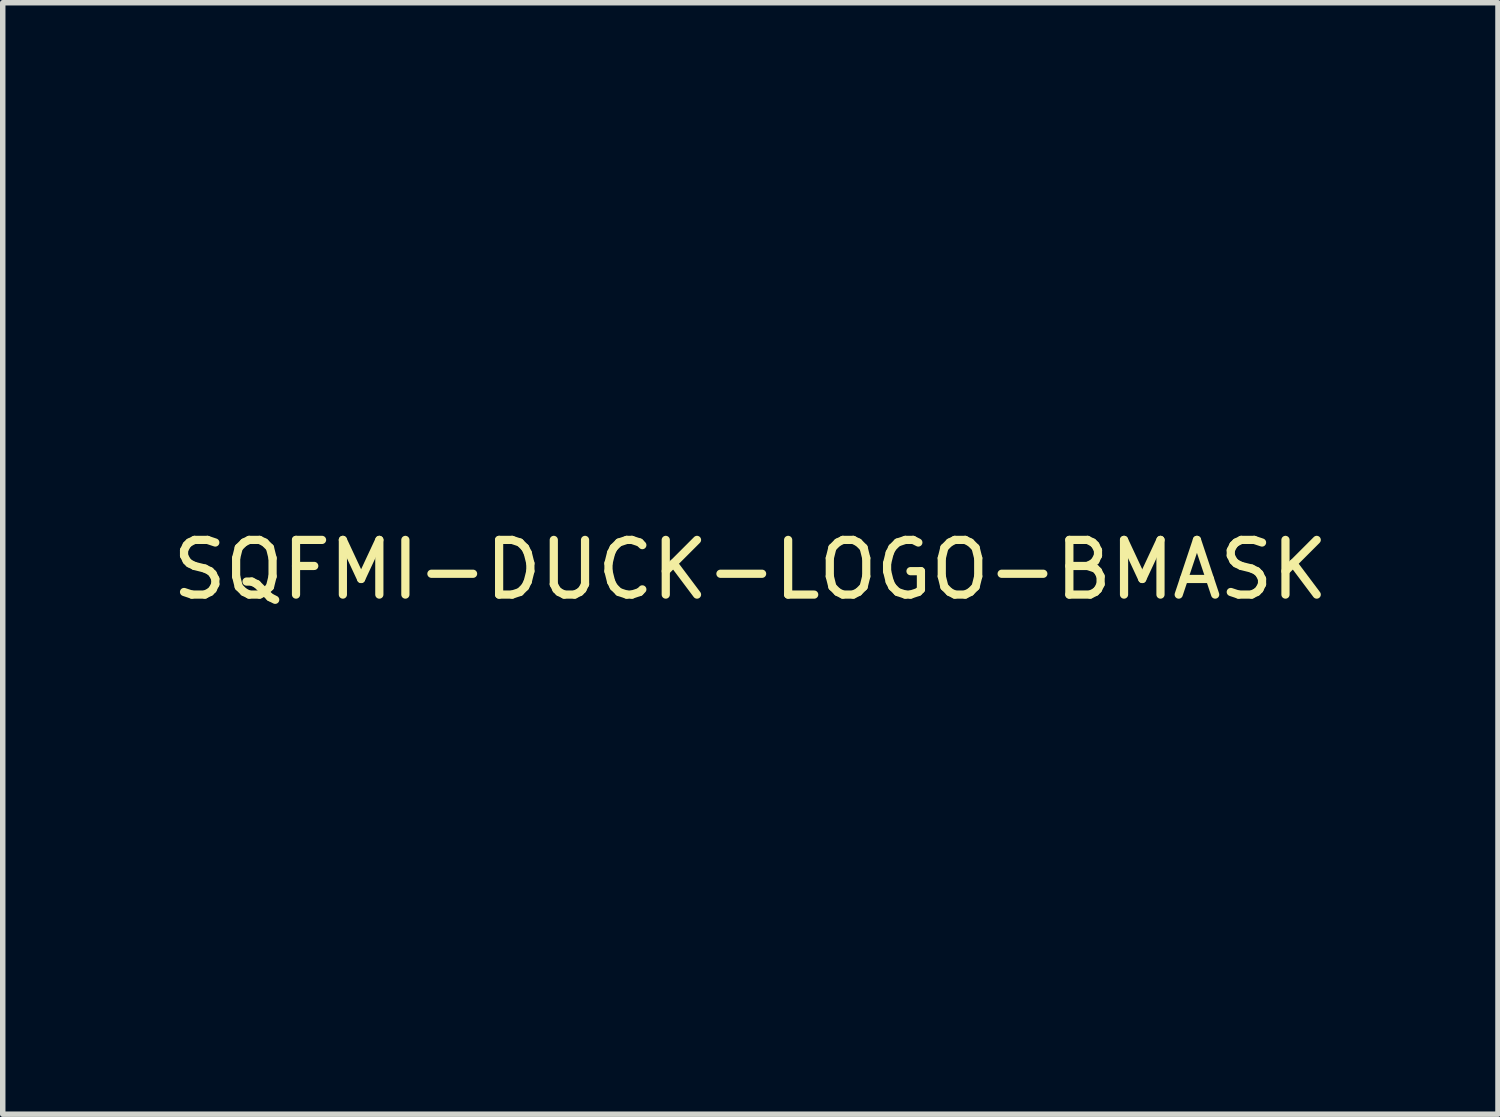
<source format=kicad_pcb>
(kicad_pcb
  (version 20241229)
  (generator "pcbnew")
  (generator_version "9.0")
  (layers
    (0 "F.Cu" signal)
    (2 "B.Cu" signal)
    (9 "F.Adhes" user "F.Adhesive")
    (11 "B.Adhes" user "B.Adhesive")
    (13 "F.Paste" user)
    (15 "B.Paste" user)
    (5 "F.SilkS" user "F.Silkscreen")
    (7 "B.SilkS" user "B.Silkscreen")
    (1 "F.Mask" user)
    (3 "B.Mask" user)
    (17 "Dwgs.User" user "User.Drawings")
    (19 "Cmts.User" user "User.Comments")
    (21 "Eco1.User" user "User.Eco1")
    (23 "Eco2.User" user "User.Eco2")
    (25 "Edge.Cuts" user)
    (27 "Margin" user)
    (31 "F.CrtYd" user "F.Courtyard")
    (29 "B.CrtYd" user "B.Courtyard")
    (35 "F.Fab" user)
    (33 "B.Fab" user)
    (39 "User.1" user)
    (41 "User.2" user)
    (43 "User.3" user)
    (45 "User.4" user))
  (footprint "SQFMI-DUCK-LOGO-BMASK"
    (layer "F.Cu")
    (at 10.673 6.869)
    (property "Reference" "SQFMI-DUCK-LOGO-BMASK" (at 0 0.5 0) (layer "F.SilkS") (effects (font (size 1 1) (thickness 0.15))))
    (attr through_hole)
    (fp_poly (pts (xy 1.448 -4.439) (xy 1.441 -4.432) (xy 1.435 -4.439) (xy 1.441 -4.445) (xy 1.448 -4.439)) (stroke (width 0.01) (type solid)) (fill yes) (layer "B.Mask"))
    (fp_poly (pts (xy 2.362 -5.607) (xy 2.356 -5.601) (xy 2.349 -5.607) (xy 2.356 -5.613) (xy 2.362 -5.607)) (stroke (width 0.01) (type solid)) (fill yes) (layer "B.Mask"))
    (fp_poly (pts (xy 2.781 -3.55) (xy 2.775 -3.543) (xy 2.769 -3.55) (xy 2.775 -3.556) (xy 2.781 -3.55)) (stroke (width 0.01) (type solid)) (fill yes) (layer "B.Mask"))
    (fp_poly (pts (xy 2.701 -5) (xy 2.702 -4.984) (xy 2.701 -4.983) (xy 2.693 -4.984) (xy 2.692 -4.991) (xy 2.697 -5.002) (xy 2.701 -5)) (stroke (width 0.01) (type solid)) (fill yes) (layer "B.Mask"))
    (fp_poly (pts (xy -5.767 -0.155) (xy -5.766 -0.146) (xy -5.773 -0.129) (xy -5.779 -0.127) (xy -5.79 -0.137) (xy -5.791 -0.146) (xy -5.784 -0.163) (xy -5.779 -0.165) (xy -5.767 -0.155)) (stroke (width 0.01) (type solid)) (fill yes) (layer "B.Mask"))
    (fp_poly (pts (xy -4.471 -1.997) (xy -4.47 -1.994) (xy -4.48 -1.982) (xy -4.483 -1.981) (xy -4.495 -1.991) (xy -4.496 -1.994) (xy -4.486 -2.006) (xy -4.483 -2.007) (xy -4.471 -1.997)) (stroke (width 0.01) (type solid)) (fill yes) (layer "B.Mask"))
    (fp_poly (pts (xy 1.091 -5.999) (xy 1.089 -5.979) (xy 1.088 -5.976) (xy 1.071 -5.96) (xy 1.052 -5.956) (xy 1.024 -5.956) (xy 1.053 -5.983) (xy 1.077 -6.001) (xy 1.091 -5.999)) (stroke (width 0.01) (type solid)) (fill yes) (layer "B.Mask"))
    (fp_poly (pts (xy 1.854 2.994) (xy 1.854 2.997) (xy 1.845 3.01) (xy 1.841 3.01) (xy 1.829 3) (xy 1.829 2.997) (xy 1.838 2.985) (xy 1.841 2.985) (xy 1.854 2.994)) (stroke (width 0.01) (type solid)) (fill yes) (layer "B.Mask"))
    (fp_poly (pts (xy 1.905 2.943) (xy 1.905 2.946) (xy 1.895 2.959) (xy 1.892 2.959) (xy 1.88 2.949) (xy 1.88 2.946) (xy 1.889 2.934) (xy 1.892 2.934) (xy 1.905 2.943)) (stroke (width 0.01) (type solid)) (fill yes) (layer "B.Mask"))
    (fp_poly (pts (xy 2.574 -5.31) (xy 2.578 -5.281) (xy 2.578 -5.264) (xy 2.577 -5.23) (xy 2.575 -5.21) (xy 2.573 -5.207) (xy 2.569 -5.218) (xy 2.565 -5.247) (xy 2.563 -5.264) (xy 2.563 -5.298) (xy 2.566 -5.319) (xy 2.568 -5.321) (xy 2.574 -5.31)) (stroke (width 0.01) (type solid)) (fill yes) (layer "B.Mask"))
    (fp_poly (pts (xy 2.127 -4.973) (xy 2.154 -4.961) (xy 2.185 -4.943) (xy 2.212 -4.924) (xy 2.227 -4.908) (xy 2.228 -4.907) (xy 2.231 -4.875) (xy 2.215 -4.857) (xy 2.184 -4.857) (xy 2.175 -4.86) (xy 2.16 -4.874) (xy 2.142 -4.9) (xy 2.125 -4.931) (xy 2.114 -4.959) (xy 2.113 -4.974) (xy 2.113 -4.975) (xy 2.127 -4.973)) (stroke (width 0.01) (type solid)) (fill yes) (layer "B.Mask"))
    (fp_poly (pts (xy 0.444 -4.301) (xy 0.43 -4.288) (xy 0.422 -4.285) (xy 0.37 -4.265) (xy 0.312 -4.236) (xy 0.258 -4.204) (xy 0.225 -4.179) (xy 0.191 -4.153) (xy 0.169 -4.142) (xy 0.162 -4.145) (xy 0.172 -4.164) (xy 0.191 -4.185) (xy 0.23 -4.217) (xy 0.283 -4.251) (xy 0.343 -4.283) (xy 0.4 -4.306) (xy 0.416 -4.312) (xy 0.439 -4.312) (xy 0.444 -4.301)) (stroke (width 0.01) (type solid)) (fill yes) (layer "B.Mask"))
    (fp_poly (pts (xy 0.934 -6.204) (xy 0.956 -6.193) (xy 1.009 -6.151) (xy 1.043 -6.097) (xy 1.048 -6.079) (xy 1.046 -6.043) (xy 1.023 -6.011) (xy 0.986 -5.99) (xy 0.944 -5.983) (xy 0.908 -5.985) (xy 0.882 -5.989) (xy 0.879 -5.99) (xy 0.86 -6.008) (xy 0.841 -6.04) (xy 0.828 -6.075) (xy 0.826 -6.095) (xy 0.836 -6.142) (xy 0.863 -6.183) (xy 0.885 -6.199) (xy 0.91 -6.208) (xy 0.934 -6.204)) (stroke (width 0.01) (type solid)) (fill yes) (layer "B.Mask"))
    (fp_poly (pts (xy 1.508 1.307) (xy 1.51 1.341) (xy 1.508 1.382) (xy 1.489 1.489) (xy 1.445 1.587) (xy 1.38 1.674) (xy 1.303 1.742) (xy 1.264 1.768) (xy 1.241 1.777) (xy 1.232 1.77) (xy 1.232 1.766) (xy 1.242 1.753) (xy 1.266 1.734) (xy 1.275 1.728) (xy 1.347 1.67) (xy 1.407 1.593) (xy 1.452 1.505) (xy 1.479 1.41) (xy 1.483 1.377) (xy 1.488 1.335) (xy 1.495 1.306) (xy 1.502 1.295) (xy 1.508 1.307)) (stroke (width 0.01) (type solid)) (fill yes) (layer "B.Mask"))
    (fp_poly (pts (xy -0.02 6.684) (xy 0.014 6.694) (xy 0.062 6.71) (xy 0.102 6.725) (xy 0.158 6.746) (xy 0.195 6.762) (xy 0.216 6.774) (xy 0.226 6.787) (xy 0.228 6.803) (xy 0.229 6.812) (xy 0.235 6.85) (xy 0.249 6.892) (xy 0.254 6.902) (xy 0.268 6.933) (xy 0.275 6.953) (xy 0.275 6.956) (xy 0.264 6.949) (xy 0.238 6.929) (xy 0.199 6.897) (xy 0.15 6.857) (xy 0.11 6.823) (xy 0.058 6.778) (xy 0.015 6.738) (xy -0.017 6.707) (xy -0.035 6.688) (xy -0.037 6.682) (xy -0.02 6.684)) (stroke (width 0.01) (type solid)) (fill yes) (layer "B.Mask"))
    (fp_poly (pts (xy 1.446 0.927) (xy 1.442 0.961) (xy 1.442 0.962) (xy 1.412 1.061) (xy 1.356 1.159) (xy 1.275 1.255) (xy 1.17 1.35) (xy 1.04 1.442) (xy 0.983 1.477) (xy 0.937 1.504) (xy 0.909 1.519) (xy 0.895 1.522) (xy 0.889 1.517) (xy 0.889 1.512) (xy 0.899 1.499) (xy 0.925 1.48) (xy 0.949 1.465) (xy 1.084 1.38) (xy 1.195 1.296) (xy 1.283 1.21) (xy 1.349 1.121) (xy 1.393 1.029) (xy 1.405 0.992) (xy 1.419 0.949) (xy 1.432 0.923) (xy 1.442 0.915) (xy 1.446 0.927)) (stroke (width 0.01) (type solid)) (fill yes) (layer "B.Mask"))
    (fp_poly (pts (xy -4.75 -0.555) (xy -4.757 -0.541) (xy -4.781 -0.517) (xy -4.824 -0.481) (xy -4.846 -0.464) (xy -4.944 -0.376) (xy -5.017 -0.289) (xy -5.067 -0.2) (xy -5.094 -0.108) (xy -5.1 -0.047) (xy -5.103 0.007) (xy -5.108 0.039) (xy -5.114 0.047) (xy -5.123 0.03) (xy -5.125 0.019) (xy -5.131 -0.05) (xy -5.119 -0.13) (xy -5.09 -0.213) (xy -5.046 -0.296) (xy -5.019 -0.334) (xy -4.995 -0.362) (xy -4.959 -0.398) (xy -4.916 -0.438) (xy -4.871 -0.477) (xy -4.828 -0.513) (xy -4.792 -0.541) (xy -4.767 -0.557) (xy -4.76 -0.559) (xy -4.75 -0.555)) (stroke (width 0.01) (type solid)) (fill yes) (layer "B.Mask"))
    (fp_poly (pts (xy 0.946 2.464) (xy 0.966 2.493) (xy 0.989 2.537) (xy 0.994 2.546) (xy 1.062 2.655) (xy 1.154 2.759) (xy 1.27 2.855) (xy 1.41 2.945) (xy 1.574 3.028) (xy 1.68 3.073) (xy 1.718 3.09) (xy 1.744 3.104) (xy 1.753 3.113) (xy 1.749 3.121) (xy 1.736 3.122) (xy 1.711 3.115) (xy 1.67 3.099) (xy 1.61 3.073) (xy 1.584 3.061) (xy 1.478 3.012) (xy 1.391 2.968) (xy 1.318 2.925) (xy 1.255 2.88) (xy 1.195 2.831) (xy 1.135 2.775) (xy 1.051 2.684) (xy 0.989 2.599) (xy 0.947 2.515) (xy 0.934 2.48) (xy 0.929 2.455) (xy 0.934 2.45) (xy 0.946 2.464)) (stroke (width 0.01) (type solid)) (fill yes) (layer "B.Mask"))
    (fp_poly (pts (xy -1.423 3.718) (xy -1.422 3.721) (xy -1.416 3.733) (xy -1.396 3.745) (xy -1.361 3.757) (xy -1.308 3.77) (xy -1.234 3.784) (xy -1.139 3.799) (xy -1.067 3.81) (xy -0.965 3.825) (xy -0.887 3.838) (xy -0.83 3.848) (xy -0.792 3.856) (xy -0.771 3.864) (xy -0.764 3.87) (xy -0.77 3.876) (xy -0.785 3.876) (xy -0.822 3.872) (xy -0.876 3.865) (xy -0.945 3.855) (xy -1.025 3.843) (xy -1.083 3.834) (xy -1.191 3.817) (xy -1.277 3.802) (xy -1.342 3.788) (xy -1.389 3.775) (xy -1.421 3.762) (xy -1.439 3.749) (xy -1.447 3.734) (xy -1.448 3.727) (xy -1.441 3.71) (xy -1.435 3.708) (xy -1.423 3.718)) (stroke (width 0.01) (type solid)) (fill yes) (layer "B.Mask"))
    (fp_poly (pts (xy -1.144 3.489) (xy -1.113 3.506) (xy -1.079 3.526) (xy -0.978 3.579) (xy -0.867 3.628) (xy -0.75 3.673) (xy -0.633 3.709) (xy -0.522 3.737) (xy -0.421 3.755) (xy -0.351 3.759) (xy -0.299 3.762) (xy -0.261 3.77) (xy -0.242 3.782) (xy -0.241 3.786) (xy -0.247 3.793) (xy -0.265 3.795) (xy -0.299 3.794) (xy -0.352 3.788) (xy -0.427 3.778) (xy -0.432 3.777) (xy -0.592 3.746) (xy -0.758 3.699) (xy -0.888 3.651) (xy -0.945 3.626) (xy -1.003 3.597) (xy -1.06 3.568) (xy -1.108 3.539) (xy -1.145 3.515) (xy -1.166 3.497) (xy -1.168 3.492) (xy -1.167 3.483) (xy -1.16 3.482) (xy -1.144 3.489)) (stroke (width 0.01) (type solid)) (fill yes) (layer "B.Mask"))
    (fp_poly (pts (xy -0.334 6.372) (xy -0.311 6.387) (xy -0.289 6.404) (xy -0.228 6.449) (xy -0.15 6.498) (xy -0.063 6.546) (xy -0.013 6.572) (xy 0.021 6.591) (xy 0.064 6.616) (xy 0.111 6.646) (xy 0.157 6.676) (xy 0.197 6.704) (xy 0.227 6.725) (xy 0.241 6.738) (xy 0.241 6.739) (xy 0.234 6.743) (xy 0.212 6.738) (xy 0.172 6.725) (xy 0.112 6.702) (xy 0.102 6.698) (xy 0.047 6.678) (xy -0.004 6.66) (xy -0.044 6.649) (xy -0.054 6.647) (xy -0.096 6.631) (xy -0.147 6.596) (xy -0.176 6.57) (xy -0.215 6.533) (xy -0.255 6.491) (xy -0.291 6.448) (xy -0.321 6.41) (xy -0.339 6.381) (xy -0.343 6.37) (xy -0.334 6.372)) (stroke (width 0.01) (type solid)) (fill yes) (layer "B.Mask"))
    (fp_poly (pts (xy -1.105 3.402) (xy -1.108 3.411) (xy -1.121 3.418) (xy -1.146 3.424) (xy -1.188 3.43) (xy -1.249 3.437) (xy -1.294 3.442) (xy -1.372 3.447) (xy -1.469 3.451) (xy -1.576 3.452) (xy -1.686 3.452) (xy -1.792 3.449) (xy -1.886 3.445) (xy -1.941 3.441) (xy -2.002 3.434) (xy -2.039 3.427) (xy -2.057 3.42) (xy -2.057 3.412) (xy -2.056 3.41) (xy -2.042 3.409) (xy -2.007 3.41) (xy -1.955 3.412) (xy -1.89 3.415) (xy -1.825 3.419) (xy -1.711 3.426) (xy -1.61 3.428) (xy -1.511 3.426) (xy -1.402 3.42) (xy -1.381 3.419) (xy -1.307 3.413) (xy -1.241 3.407) (xy -1.186 3.402) (xy -1.148 3.398) (xy -1.133 3.396) (xy -1.111 3.395) (xy -1.105 3.402)) (stroke (width 0.01) (type solid)) (fill yes) (layer "B.Mask"))
    (fp_poly (pts (xy -0.589 3.145) (xy -0.546 3.17) (xy -0.501 3.201) (xy -0.312 3.323) (xy -0.113 3.422) (xy 0.097 3.499) (xy 0.318 3.553) (xy 0.552 3.585) (xy 0.594 3.588) (xy 0.645 3.593) (xy 0.685 3.599) (xy 0.708 3.605) (xy 0.711 3.608) (xy 0.699 3.614) (xy 0.667 3.617) (xy 0.619 3.617) (xy 0.561 3.615) (xy 0.502 3.611) (xy 0.433 3.602) (xy 0.349 3.587) (xy 0.258 3.569) (xy 0.169 3.547) (xy 0.089 3.526) (xy 0.06 3.517) (xy -0.041 3.48) (xy -0.15 3.433) (xy -0.26 3.379) (xy -0.362 3.324) (xy -0.441 3.275) (xy -0.49 3.242) (xy -0.536 3.212) (xy -0.571 3.188) (xy -0.58 3.182) (xy -0.607 3.163) (xy -0.621 3.148) (xy -0.622 3.146) (xy -0.614 3.137) (xy -0.589 3.145)) (stroke (width 0.01) (type solid)) (fill yes) (layer "B.Mask"))
    (fp_poly (pts (xy -3.703 2.175) (xy -3.674 2.191) (xy -3.633 2.218) (xy -3.583 2.254) (xy -3.559 2.272) (xy -3.334 2.428) (xy -3.097 2.563) (xy -2.853 2.677) (xy -2.602 2.768) (xy -2.394 2.826) (xy -2.193 2.866) (xy -2.009 2.89) (xy -1.842 2.896) (xy -1.693 2.886) (xy -1.562 2.858) (xy -1.45 2.813) (xy -1.44 2.808) (xy -1.403 2.79) (xy -1.376 2.781) (xy -1.365 2.781) (xy -1.366 2.793) (xy -1.383 2.809) (xy -1.419 2.83) (xy -1.446 2.844) (xy -1.535 2.879) (xy -1.643 2.905) (xy -1.763 2.921) (xy -1.888 2.926) (xy -2.007 2.92) (xy -2.249 2.885) (xy -2.495 2.827) (xy -2.74 2.749) (xy -2.979 2.651) (xy -3.208 2.536) (xy -3.416 2.409) (xy -3.48 2.366) (xy -3.542 2.321) (xy -3.599 2.277) (xy -3.648 2.238) (xy -3.686 2.206) (xy -3.709 2.182) (xy -3.715 2.171) (xy -3.703 2.175)) (stroke (width 0.01) (type solid)) (fill yes) (layer "B.Mask"))
    (fp_poly (pts (xy -2.859 3.046) (xy -2.837 3.055) (xy -2.709 3.105) (xy -2.578 3.147) (xy -2.441 3.18) (xy -2.294 3.207) (xy -2.134 3.226) (xy -1.956 3.239) (xy -1.758 3.247) (xy -1.721 3.247) (xy -1.597 3.249) (xy -1.495 3.25) (xy -1.413 3.248) (xy -1.347 3.245) (xy -1.295 3.239) (xy -1.254 3.23) (xy -1.22 3.218) (xy -1.19 3.203) (xy -1.176 3.194) (xy -1.147 3.178) (xy -1.128 3.173) (xy -1.124 3.175) (xy -1.128 3.19) (xy -1.15 3.211) (xy -1.186 3.232) (xy -1.23 3.251) (xy -1.249 3.258) (xy -1.297 3.267) (xy -1.365 3.275) (xy -1.451 3.28) (xy -1.55 3.283) (xy -1.659 3.283) (xy -1.773 3.281) (xy -1.88 3.277) (xy -2.121 3.258) (xy -2.342 3.226) (xy -2.526 3.186) (xy -2.604 3.165) (xy -2.679 3.141) (xy -2.748 3.117) (xy -2.807 3.094) (xy -2.851 3.073) (xy -2.876 3.056) (xy -2.88 3.05) (xy -2.878 3.042) (xy -2.859 3.046)) (stroke (width 0.01) (type solid)) (fill yes) (layer "B.Mask"))
    (fp_poly (pts (xy 1.315 0.376) (xy 1.319 0.404) (xy 1.321 0.454) (xy 1.311 0.582) (xy 1.282 0.698) (xy 1.235 0.799) (xy 1.171 0.883) (xy 1.166 0.888) (xy 1.124 0.926) (xy 1.062 0.975) (xy 0.984 1.032) (xy 0.893 1.095) (xy 0.792 1.164) (xy 0.683 1.234) (xy 0.57 1.306) (xy 0.456 1.376) (xy 0.392 1.414) (xy 0.328 1.451) (xy 0.283 1.476) (xy 0.253 1.491) (xy 0.237 1.496) (xy 0.229 1.494) (xy 0.229 1.489) (xy 0.239 1.479) (xy 0.268 1.459) (xy 0.311 1.431) (xy 0.365 1.398) (xy 0.397 1.378) (xy 0.477 1.33) (xy 0.565 1.275) (xy 0.658 1.216) (xy 0.752 1.155) (xy 0.843 1.096) (xy 0.925 1.039) (xy 0.997 0.99) (xy 1.053 0.949) (xy 1.074 0.933) (xy 1.15 0.865) (xy 1.207 0.794) (xy 1.247 0.715) (xy 1.274 0.624) (xy 1.289 0.515) (xy 1.291 0.486) (xy 1.297 0.427) (xy 1.303 0.389) (xy 1.31 0.371) (xy 1.315 0.376)) (stroke (width 0.01) (type solid)) (fill yes) (layer "B.Mask"))
    (fp_poly (pts (xy -4.791 -0.68) (xy -4.787 -0.676) (xy -4.788 -0.672) (xy -4.798 -0.663) (xy -4.822 -0.648) (xy -4.86 -0.624) (xy -4.89 -0.602) (xy -4.932 -0.564) (xy -4.984 -0.516) (xy -5.042 -0.459) (xy -5.101 -0.399) (xy -5.106 -0.393) (xy -5.285 -0.204) (xy -5.292 -0.086) (xy -5.294 -0.029) (xy -5.294 0.011) (xy -5.289 0.041) (xy -5.278 0.068) (xy -5.268 0.089) (xy -5.24 0.13) (xy -5.206 0.165) (xy -5.193 0.175) (xy -5.161 0.2) (xy -5.145 0.219) (xy -5.148 0.228) (xy -5.153 0.229) (xy -5.171 0.222) (xy -5.199 0.206) (xy -5.208 0.2) (xy -5.256 0.155) (xy -5.292 0.092) (xy -5.315 0.017) (xy -5.321 -0.05) (xy -5.321 -0.1) (xy -5.319 -0.14) (xy -5.313 -0.173) (xy -5.301 -0.205) (xy -5.282 -0.238) (xy -5.252 -0.275) (xy -5.21 -0.321) (xy -5.155 -0.379) (xy -5.107 -0.428) (xy -5.02 -0.516) (xy -4.945 -0.586) (xy -4.884 -0.637) (xy -4.838 -0.67) (xy -4.806 -0.684) (xy -4.791 -0.68)) (stroke (width 0.01) (type solid)) (fill yes) (layer "B.Mask"))
    (fp_poly (pts (xy 0.047 2.36) (xy 0.074 2.381) (xy 0.111 2.414) (xy 0.147 2.448) (xy 0.241 2.535) (xy 0.342 2.616) (xy 0.455 2.696) (xy 0.586 2.779) (xy 0.616 2.797) (xy 0.678 2.833) (xy 0.756 2.876) (xy 0.845 2.923) (xy 0.941 2.973) (xy 1.039 3.023) (xy 1.136 3.071) (xy 1.228 3.116) (xy 1.309 3.154) (xy 1.375 3.184) (xy 1.419 3.202) (xy 1.459 3.218) (xy 1.488 3.233) (xy 1.499 3.242) (xy 1.493 3.249) (xy 1.476 3.249) (xy 1.442 3.239) (xy 1.39 3.219) (xy 1.365 3.209) (xy 1.305 3.182) (xy 1.227 3.145) (xy 1.136 3.101) (xy 1.037 3.052) (xy 0.935 3.001) (xy 0.835 2.949) (xy 0.741 2.899) (xy 0.659 2.854) (xy 0.592 2.816) (xy 0.569 2.803) (xy 0.503 2.761) (xy 0.432 2.714) (xy 0.366 2.668) (xy 0.328 2.64) (xy 0.28 2.602) (xy 0.229 2.559) (xy 0.178 2.513) (xy 0.13 2.467) (xy 0.088 2.426) (xy 0.056 2.391) (xy 0.036 2.366) (xy 0.032 2.354) (xy 0.033 2.353) (xy 0.047 2.36)) (stroke (width 0.01) (type solid)) (fill yes) (layer "B.Mask"))
    (fp_poly (pts (xy -2.381 0.801) (xy -2.378 0.806) (xy -2.377 0.816) (xy -2.38 0.835) (xy -2.385 0.864) (xy -2.394 0.906) (xy -2.407 0.964) (xy -2.425 1.039) (xy -2.447 1.134) (xy -2.476 1.251) (xy -2.477 1.257) (xy -2.509 1.389) (xy -2.536 1.499) (xy -2.559 1.588) (xy -2.579 1.661) (xy -2.595 1.718) (xy -2.61 1.763) (xy -2.624 1.798) (xy -2.638 1.826) (xy -2.651 1.848) (xy -2.665 1.866) (xy -2.726 1.923) (xy -2.803 1.96) (xy -2.896 1.978) (xy -3.002 1.977) (xy -3.121 1.957) (xy -3.143 1.951) (xy -3.282 1.909) (xy -3.429 1.855) (xy -3.577 1.792) (xy -3.719 1.723) (xy -3.845 1.653) (xy -3.88 1.632) (xy -3.929 1.6) (xy -3.983 1.563) (xy -4.036 1.525) (xy -4.085 1.488) (xy -4.126 1.457) (xy -4.154 1.433) (xy -4.166 1.42) (xy -4.166 1.42) (xy -4.161 1.411) (xy -4.146 1.415) (xy -4.117 1.433) (xy -4.076 1.462) (xy -3.89 1.592) (xy -3.69 1.706) (xy -3.484 1.804) (xy -3.277 1.882) (xy -3.131 1.924) (xy -3.011 1.947) (xy -2.908 1.952) (xy -2.821 1.939) (xy -2.749 1.906) (xy -2.69 1.853) (xy -2.645 1.781) (xy -2.618 1.709) (xy -2.609 1.678) (xy -2.596 1.626) (xy -2.578 1.556) (xy -2.557 1.473) (xy -2.534 1.379) (xy -2.51 1.278) (xy -2.495 1.216) (xy -2.471 1.117) (xy -2.449 1.027) (xy -2.428 0.948) (xy -2.411 0.883) (xy -2.398 0.835) (xy -2.388 0.807) (xy -2.385 0.8) (xy -2.381 0.801)) (stroke (width 0.01) (type solid)) (fill yes) (layer "B.Mask"))
    (fp_poly (pts (xy -4.479 2.461) (xy -4.458 2.479) (xy -4.429 2.516) (xy -4.4 2.568) (xy -4.37 2.637) (xy -4.338 2.723) (xy -4.304 2.828) (xy -4.269 2.952) (xy -4.231 3.097) (xy -4.19 3.264) (xy -4.147 3.454) (xy -4.109 3.625) (xy -4.087 3.722) (xy -4.067 3.813) (xy -4.05 3.893) (xy -4.034 3.961) (xy -4.023 4.011) (xy -4.016 4.042) (xy -4.014 4.047) (xy -3.997 4.081) (xy -3.964 4.122) (xy -3.936 4.15) (xy -3.87 4.211) (xy -3.996 4.211) (xy -4.083 4.215) (xy -4.157 4.228) (xy -4.228 4.253) (xy -4.302 4.294) (xy -4.346 4.322) (xy -4.405 4.366) (xy -4.474 4.425) (xy -4.551 4.497) (xy -4.631 4.577) (xy -4.71 4.66) (xy -4.783 4.744) (xy -4.82 4.788) (xy -4.891 4.874) (xy -4.95 4.943) (xy -4.995 4.994) (xy -5.028 5.026) (xy -5.046 5.039) (xy -5.051 5.033) (xy -5.05 5.029) (xy -5.037 4.976) (xy -5.021 4.901) (xy -5.003 4.808) (xy -4.984 4.702) (xy -4.964 4.584) (xy -4.944 4.46) (xy -4.925 4.333) (xy -4.915 4.261) (xy -4.89 4.085) (xy -4.868 3.932) (xy -4.85 3.799) (xy -4.833 3.685) (xy -4.819 3.587) (xy -4.806 3.503) (xy -4.795 3.43) (xy -4.785 3.366) (xy -4.775 3.309) (xy -4.766 3.257) (xy -4.756 3.207) (xy -4.746 3.157) (xy -4.744 3.143) (xy -4.721 3.036) (xy -4.695 2.927) (xy -4.678 2.858) (xy -4.544 2.858) (xy -4.542 2.925) (xy -4.53 3.012) (xy -4.509 3.114) (xy -4.479 3.23) (xy -4.464 3.28) (xy -4.433 3.388) (xy -4.409 3.477) (xy -4.392 3.552) (xy -4.382 3.619) (xy -4.375 3.682) (xy -4.375 3.686) (xy -4.372 3.732) (xy -4.37 3.766) (xy -4.369 3.782) (xy -4.369 3.782) (xy -4.36 3.78) (xy -4.354 3.777) (xy -4.347 3.761) (xy -4.345 3.723) (xy -4.348 3.665) (xy -4.355 3.611) (xy -4.367 3.542) (xy -4.384 3.467) (xy -4.402 3.397) (xy -4.433 3.286) (xy -4.457 3.197) (xy -4.476 3.125) (xy -4.49 3.068) (xy -4.5 3.021) (xy -4.507 2.982) (xy -4.511 2.947) (xy -4.514 2.912) (xy -4.514 2.899) (xy -4.518 2.845) (xy -4.524 2.81) (xy -4.53 2.795) (xy -4.537 2.803) (xy -4.542 2.834) (xy -4.544 2.858) (xy -4.678 2.858) (xy -4.668 2.822) (xy -4.641 2.724) (xy -4.615 2.638) (xy -4.591 2.569) (xy -4.571 2.519) (xy -4.569 2.516) (xy -4.54 2.472) (xy -4.51 2.454) (xy -4.479 2.461)) (stroke (width 0.01) (type solid)) (fill yes) (layer "B.Mask"))
    (fp_poly (pts (xy -5.073 2.934) (xy -5.085 3.13) (xy -5.108 3.305) (xy -5.112 3.327) (xy -5.121 3.378) (xy -5.129 3.426) (xy -5.136 3.473) (xy -5.143 3.522) (xy -5.149 3.577) (xy -5.155 3.639) (xy -5.162 3.711) (xy -5.169 3.797) (xy -5.177 3.898) (xy -5.186 4.018) (xy -5.196 4.159) (xy -5.203 4.245) (xy -5.211 4.354) (xy -5.218 4.454) (xy -5.226 4.544) (xy -5.232 4.619) (xy -5.238 4.679) (xy -5.242 4.718) (xy -5.245 4.736) (xy -5.245 4.737) (xy -5.253 4.727) (xy -5.272 4.698) (xy -5.298 4.654) (xy -5.329 4.6) (xy -5.347 4.569) (xy -5.401 4.477) (xy -5.448 4.405) (xy -5.491 4.354) (xy -5.531 4.319) (xy -5.571 4.3) (xy -5.615 4.294) (xy -5.664 4.3) (xy -5.685 4.305) (xy -5.731 4.321) (xy -5.791 4.35) (xy -5.861 4.39) (xy -5.935 4.436) (xy -5.999 4.479) (xy -6.032 4.501) (xy -6.057 4.515) (xy -6.066 4.517) (xy -6.066 4.501) (xy -6.054 4.464) (xy -6.032 4.409) (xy -6.001 4.338) (xy -5.961 4.251) (xy -5.943 4.213) (xy -5.753 4.213) (xy -5.748 4.237) (xy -5.74 4.242) (xy -5.732 4.231) (xy -5.728 4.204) (xy -5.728 4.203) (xy -5.723 4.168) (xy -5.708 4.13) (xy -5.682 4.086) (xy -5.64 4.033) (xy -5.583 3.968) (xy -5.539 3.92) (xy -5.478 3.855) (xy -5.433 3.801) (xy -5.401 3.753) (xy -5.379 3.704) (xy -5.364 3.649) (xy -5.355 3.581) (xy -5.348 3.495) (xy -5.347 3.483) (xy -5.341 3.406) (xy -5.334 3.348) (xy -5.325 3.306) (xy -5.313 3.273) (xy -5.31 3.266) (xy -5.292 3.229) (xy -5.285 3.21) (xy -5.287 3.202) (xy -5.296 3.2) (xy -5.308 3.211) (xy -5.326 3.237) (xy -5.335 3.254) (xy -5.348 3.285) (xy -5.358 3.325) (xy -5.366 3.377) (xy -5.373 3.448) (xy -5.375 3.473) (xy -5.382 3.562) (xy -5.39 3.631) (xy -5.403 3.687) (xy -5.423 3.734) (xy -5.452 3.78) (xy -5.492 3.83) (xy -5.548 3.889) (xy -5.564 3.906) (xy -5.614 3.96) (xy -5.659 4.012) (xy -5.696 4.057) (xy -5.721 4.09) (xy -5.727 4.101) (xy -5.742 4.138) (xy -5.751 4.178) (xy -5.753 4.213) (xy -5.943 4.213) (xy -5.914 4.152) (xy -5.86 4.042) (xy -5.801 3.923) (xy -5.737 3.796) (xy -5.669 3.665) (xy -5.617 3.566) (xy -5.559 3.459) (xy -5.51 3.37) (xy -5.467 3.296) (xy -5.426 3.231) (xy -5.386 3.172) (xy -5.344 3.114) (xy -5.328 3.093) (xy -5.278 3.027) (xy -5.228 2.958) (xy -5.181 2.891) (xy -5.143 2.835) (xy -5.135 2.823) (xy -5.064 2.711) (xy -5.073 2.934)) (stroke (width 0.01) (type solid)) (fill yes) (layer "B.Mask"))
    (fp_poly (pts (xy -4.702 1.833) (xy -4.686 1.855) (xy -4.664 1.893) (xy -4.638 1.943) (xy -4.638 1.944) (xy -4.584 2.045) (xy -4.526 2.134) (xy -4.461 2.217) (xy -4.381 2.301) (xy -4.321 2.359) (xy -4.249 2.429) (xy -4.198 2.489) (xy -4.163 2.543) (xy -4.142 2.596) (xy -4.133 2.648) (xy -4.126 2.689) (xy -4.112 2.739) (xy -4.102 2.769) (xy -4.086 2.814) (xy -4.065 2.879) (xy -4.04 2.958) (xy -4.014 3.047) (xy -3.987 3.141) (xy -3.961 3.234) (xy -3.939 3.321) (xy -3.922 3.396) (xy -3.906 3.49) (xy -3.89 3.597) (xy -3.876 3.711) (xy -3.864 3.825) (xy -3.855 3.934) (xy -3.85 4.03) (xy -3.849 4.064) (xy -3.847 4.197) (xy -3.907 4.14) (xy -3.94 4.109) (xy -3.965 4.084) (xy -3.976 4.072) (xy -3.982 4.057) (xy -3.991 4.02) (xy -4.004 3.967) (xy -4.019 3.901) (xy -4.035 3.826) (xy -4.038 3.812) (xy -4.087 3.589) (xy -4.132 3.389) (xy -4.174 3.213) (xy -4.212 3.058) (xy -4.248 2.923) (xy -4.282 2.807) (xy -4.314 2.708) (xy -4.344 2.626) (xy -4.373 2.559) (xy -4.401 2.506) (xy -4.42 2.478) (xy -4.459 2.437) (xy -4.499 2.421) (xy -4.538 2.429) (xy -4.574 2.463) (xy -4.584 2.478) (xy -4.605 2.521) (xy -4.629 2.586) (xy -4.655 2.669) (xy -4.683 2.766) (xy -4.712 2.875) (xy -4.74 2.991) (xy -4.767 3.112) (xy -4.791 3.233) (xy -4.806 3.315) (xy -4.815 3.371) (xy -4.827 3.449) (xy -4.842 3.543) (xy -4.857 3.648) (xy -4.873 3.762) (xy -4.89 3.878) (xy -4.902 3.969) (xy -4.933 4.188) (xy -4.962 4.385) (xy -4.988 4.559) (xy -5.013 4.709) (xy -5.036 4.835) (xy -5.056 4.938) (xy -5.075 5.017) (xy -5.091 5.071) (xy -5.105 5.1) (xy -5.113 5.105) (xy -5.13 5.096) (xy -5.155 5.074) (xy -5.161 5.067) (xy -5.175 5.049) (xy -5.188 5.032) (xy -5.197 5.013) (xy -5.204 4.99) (xy -5.21 4.96) (xy -5.212 4.923) (xy -5.213 4.874) (xy -5.212 4.813) (xy -5.208 4.737) (xy -5.202 4.645) (xy -5.195 4.532) (xy -5.185 4.398) (xy -5.176 4.28) (xy -5.164 4.118) (xy -5.154 3.979) (xy -5.144 3.861) (xy -5.136 3.76) (xy -5.129 3.676) (xy -5.123 3.604) (xy -5.116 3.544) (xy -5.11 3.492) (xy -5.104 3.446) (xy -5.097 3.403) (xy -5.09 3.362) (xy -5.082 3.32) (xy -5.079 3.306) (xy -5.066 3.227) (xy -5.056 3.125) (xy -5.047 3.004) (xy -5.042 2.913) (xy -5.038 2.83) (xy -5.033 2.754) (xy -5.028 2.688) (xy -5.023 2.638) (xy -5.018 2.607) (xy -5.017 2.604) (xy -5.007 2.567) (xy -5.005 2.548) (xy -5.013 2.541) (xy -5.023 2.54) (xy -5.039 2.55) (xy -5.042 2.562) (xy -5.05 2.603) (xy -5.076 2.661) (xy -5.118 2.737) (xy -5.175 2.828) (xy -5.248 2.935) (xy -5.335 3.056) (xy -5.353 3.08) (xy -5.394 3.136) (xy -5.431 3.188) (xy -5.465 3.239) (xy -5.499 3.294) (xy -5.535 3.355) (xy -5.575 3.427) (xy -5.621 3.513) (xy -5.675 3.617) (xy -5.7 3.664) (xy -5.788 3.836) (xy -5.867 3.992) (xy -5.935 4.131) (xy -5.992 4.251) (xy -6.038 4.352) (xy -6.071 4.432) (xy -6.09 4.483) (xy -6.12 4.548) (xy -6.161 4.595) (xy -6.19 4.623) (xy -6.207 4.647) (xy -6.21 4.657) (xy -6.218 4.67) (xy -6.226 4.67) (xy -6.233 4.66) (xy -6.238 4.632) (xy -6.241 4.585) (xy -6.241 4.516) (xy -6.241 4.514) (xy -6.231 4.363) (xy -6.202 4.205) (xy -6.154 4.04) (xy -6.086 3.864) (xy -6.002 3.683) (xy -5.934 3.553) (xy -5.864 3.425) (xy -5.788 3.297) (xy -5.706 3.166) (xy -5.615 3.03) (xy -5.515 2.887) (xy -5.403 2.734) (xy -5.279 2.568) (xy -5.14 2.389) (xy -5.023 2.242) (xy -4.942 2.139) (xy -4.875 2.054) (xy -4.822 1.986) (xy -4.78 1.933) (xy -4.75 1.892) (xy -4.729 1.862) (xy -4.716 1.842) (xy -4.71 1.83) (xy -4.71 1.829) (xy -4.702 1.833)) (stroke (width 0.01) (type solid)) (fill yes) (layer "B.Mask"))
    (fp_poly (pts (xy 1.817 -5.729) (xy 1.841 -5.708) (xy 1.875 -5.677) (xy 1.913 -5.638) (xy 1.953 -5.596) (xy 1.991 -5.555) (xy 2.022 -5.518) (xy 2.044 -5.49) (xy 2.051 -5.475) (xy 2.06 -5.455) (xy 2.081 -5.423) (xy 2.111 -5.385) (xy 2.118 -5.378) (xy 2.207 -5.271) (xy 2.277 -5.173) (xy 2.333 -5.079) (xy 2.345 -5.055) (xy 2.37 -5.004) (xy 2.386 -4.973) (xy 2.396 -4.957) (xy 2.403 -4.953) (xy 2.41 -4.958) (xy 2.415 -4.963) (xy 2.418 -4.983) (xy 2.408 -5.019) (xy 2.385 -5.068) (xy 2.354 -5.126) (xy 2.314 -5.19) (xy 2.269 -5.255) (xy 2.254 -5.275) (xy 2.221 -5.32) (xy 2.196 -5.355) (xy 2.18 -5.378) (xy 2.177 -5.385) (xy 2.19 -5.38) (xy 2.216 -5.367) (xy 2.218 -5.366) (xy 2.259 -5.349) (xy 2.292 -5.351) (xy 2.322 -5.367) (xy 2.348 -5.392) (xy 2.366 -5.427) (xy 2.378 -5.477) (xy 2.387 -5.548) (xy 2.387 -5.55) (xy 2.395 -5.645) (xy 2.418 -5.594) (xy 2.46 -5.488) (xy 2.488 -5.381) (xy 2.501 -5.282) (xy 2.502 -5.258) (xy 2.503 -5.195) (xy 2.508 -5.151) (xy 2.518 -5.122) (xy 2.535 -5.102) (xy 2.561 -5.086) (xy 2.563 -5.084) (xy 2.601 -5.053) (xy 2.631 -5.003) (xy 2.652 -4.932) (xy 2.661 -4.889) (xy 2.67 -4.832) (xy 2.643 -4.867) (xy 2.621 -4.9) (xy 2.597 -4.943) (xy 2.59 -4.959) (xy 2.572 -4.992) (xy 2.553 -5.013) (xy 2.546 -5.016) (xy 2.532 -5.007) (xy 2.536 -4.98) (xy 2.555 -4.935) (xy 2.591 -4.874) (xy 2.611 -4.844) (xy 2.64 -4.802) (xy 2.674 -4.756) (xy 2.716 -4.704) (xy 2.765 -4.645) (xy 2.824 -4.578) (xy 2.893 -4.5) (xy 2.975 -4.41) (xy 3.071 -4.307) (xy 3.181 -4.189) (xy 3.308 -4.055) (xy 3.317 -4.045) (xy 3.361 -3.997) (xy 3.406 -3.946) (xy 3.443 -3.902) (xy 3.453 -3.89) (xy 3.486 -3.852) (xy 3.521 -3.819) (xy 3.543 -3.802) (xy 3.579 -3.77) (xy 3.59 -3.732) (xy 3.576 -3.687) (xy 3.539 -3.635) (xy 3.509 -3.606) (xy 3.457 -3.559) (xy 3.411 -3.528) (xy 3.365 -3.511) (xy 3.312 -3.506) (xy 3.247 -3.511) (xy 3.189 -3.52) (xy 3.139 -3.53) (xy 3.08 -3.544) (xy 3.037 -3.556) (xy 2.981 -3.569) (xy 2.914 -3.58) (xy 2.849 -3.586) (xy 2.845 -3.587) (xy 2.768 -3.593) (xy 2.703 -3.607) (xy 2.642 -3.63) (xy 2.576 -3.666) (xy 2.537 -3.691) (xy 2.465 -3.739) (xy 2.396 -3.791) (xy 2.327 -3.849) (xy 2.254 -3.917) (xy 2.172 -3.998) (xy 2.078 -4.095) (xy 2.076 -4.097) (xy 2.286 -4.097) (xy 2.294 -4.072) (xy 2.32 -4.04) (xy 2.365 -3.999) (xy 2.429 -3.949) (xy 2.474 -3.917) (xy 2.602 -3.832) (xy 2.719 -3.768) (xy 2.824 -3.726) (xy 2.857 -3.716) (xy 2.896 -3.706) (xy 2.923 -3.699) (xy 2.931 -3.697) (xy 2.933 -3.706) (xy 2.934 -3.721) (xy 2.925 -3.742) (xy 2.905 -3.747) (xy 2.863 -3.755) (xy 2.806 -3.776) (xy 2.738 -3.808) (xy 2.664 -3.847) (xy 2.587 -3.892) (xy 2.513 -3.939) (xy 2.445 -3.987) (xy 2.39 -4.033) (xy 2.357 -4.065) (xy 2.321 -4.1) (xy 2.298 -4.114) (xy 2.287 -4.106) (xy 2.286 -4.097) (xy 2.076 -4.097) (xy 2.07 -4.104) (xy 2.003 -4.174) (xy 1.934 -4.247) (xy 1.866 -4.317) (xy 1.805 -4.38) (xy 1.756 -4.429) (xy 1.751 -4.435) (xy 1.699 -4.489) (xy 1.647 -4.545) (xy 1.601 -4.596) (xy 1.568 -4.637) (xy 1.568 -4.638) (xy 1.538 -4.677) (xy 1.515 -4.708) (xy 1.501 -4.725) (xy 1.5 -4.727) (xy 1.484 -4.729) (xy 1.474 -4.725) (xy 1.472 -4.71) (xy 1.487 -4.68) (xy 1.516 -4.636) (xy 1.559 -4.582) (xy 1.613 -4.52) (xy 1.662 -4.467) (xy 1.744 -4.381) (xy 1.705 -4.381) (xy 1.675 -4.385) (xy 1.657 -4.394) (xy 1.657 -4.394) (xy 1.64 -4.404) (xy 1.619 -4.407) (xy 1.593 -4.411) (xy 1.582 -4.418) (xy 1.567 -4.428) (xy 1.535 -4.443) (xy 1.491 -4.46) (xy 1.478 -4.465) (xy 1.382 -4.5) (xy 1.437 -4.526) (xy 1.471 -4.546) (xy 1.492 -4.567) (xy 1.496 -4.575) (xy 1.49 -4.595) (xy 1.469 -4.627) (xy 1.441 -4.66) (xy 1.406 -4.7) (xy 1.389 -4.73) (xy 1.393 -4.753) (xy 1.417 -4.772) (xy 1.464 -4.792) (xy 1.498 -4.803) (xy 1.584 -4.838) (xy 1.649 -4.882) (xy 1.7 -4.939) (xy 1.732 -4.997) (xy 1.753 -5.044) (xy 1.758 -5.059) (xy 1.969 -5.059) (xy 1.97 -5.025) (xy 1.972 -5.001) (xy 1.988 -4.9) (xy 2.014 -4.818) (xy 2.051 -4.756) (xy 2.096 -4.715) (xy 2.134 -4.699) (xy 2.188 -4.689) (xy 2.225 -4.689) (xy 2.239 -4.694) (xy 2.245 -4.712) (xy 2.23 -4.727) (xy 2.199 -4.736) (xy 2.178 -4.737) (xy 2.13 -4.743) (xy 2.097 -4.759) (xy 2.074 -4.789) (xy 2.051 -4.838) (xy 2.032 -4.898) (xy 2.017 -4.964) (xy 2.014 -4.979) (xy 2.07 -4.979) (xy 2.08 -4.928) (xy 2.107 -4.877) (xy 2.144 -4.835) (xy 2.178 -4.813) (xy 2.207 -4.803) (xy 2.227 -4.807) (xy 2.248 -4.826) (xy 2.271 -4.863) (xy 2.27 -4.904) (xy 2.247 -4.944) (xy 2.203 -4.98) (xy 2.199 -4.983) (xy 2.298 -4.983) (xy 2.301 -4.96) (xy 2.316 -4.925) (xy 2.317 -4.924) (xy 2.338 -4.877) (xy 2.354 -4.827) (xy 2.356 -4.813) (xy 2.364 -4.765) (xy 2.371 -4.738) (xy 2.379 -4.727) (xy 2.391 -4.728) (xy 2.401 -4.745) (xy 2.403 -4.783) (xy 2.403 -4.788) (xy 2.395 -4.833) (xy 2.38 -4.883) (xy 2.361 -4.931) (xy 2.34 -4.967) (xy 2.33 -4.979) (xy 2.308 -4.991) (xy 2.298 -4.983) (xy 2.199 -4.983) (xy 2.182 -4.992) (xy 2.137 -5.009) (xy 2.1 -5.011) (xy 2.077 -4.998) (xy 2.07 -4.979) (xy 2.014 -4.979) (xy 2.011 -5.004) (xy 2.004 -5.05) (xy 1.995 -5.074) (xy 1.984 -5.08) (xy 1.974 -5.076) (xy 1.969 -5.059) (xy 1.758 -5.059) (xy 1.768 -5.088) (xy 1.78 -5.133) (xy 1.788 -5.184) (xy 1.793 -5.245) (xy 1.795 -5.322) (xy 1.797 -5.417) (xy 1.797 -5.457) (xy 1.797 -5.537) (xy 1.798 -5.608) (xy 1.8 -5.667) (xy 1.802 -5.709) (xy 1.804 -5.731) (xy 1.805 -5.733) (xy 1.817 -5.729)) (stroke (width 0.01) (type solid)) (fill yes) (layer "B.Mask"))
    (fp_poly (pts (xy -0.213 3.907) (xy -0.126 3.932) (xy -0.037 3.974) (xy 0.005 4.001) (xy 0.057 4.032) (xy 0.101 4.049) (xy 0.119 4.052) (xy 0.159 4.063) (xy 0.187 4.088) (xy 0.214 4.123) (xy 0.151 4.268) (xy 0.122 4.335) (xy 0.092 4.403) (xy 0.066 4.464) (xy 0.049 4.502) (xy 0.028 4.551) (xy 0.008 4.596) (xy -0.006 4.628) (xy -0.006 4.629) (xy -0.016 4.653) (xy -0.033 4.696) (xy -0.056 4.753) (xy -0.083 4.821) (xy -0.112 4.895) (xy -0.112 4.896) (xy -0.191 5.109) (xy -0.259 5.309) (xy -0.317 5.497) (xy -0.363 5.67) (xy -0.398 5.826) (xy -0.42 5.965) (xy -0.43 6.084) (xy -0.429 6.144) (xy -0.422 6.233) (xy -0.405 6.305) (xy -0.375 6.372) (xy -0.33 6.441) (xy -0.314 6.462) (xy -0.278 6.503) (xy -0.225 6.558) (xy -0.156 6.623) (xy -0.073 6.698) (xy 0.02 6.78) (xy 0.121 6.866) (xy 0.229 6.956) (xy 0.34 7.047) (xy 0.453 7.137) (xy 0.514 7.184) (xy 0.603 7.254) (xy 0.679 7.315) (xy 0.738 7.366) (xy 0.782 7.405) (xy 0.807 7.432) (xy 0.813 7.443) (xy 0.802 7.453) (xy 0.77 7.453) (xy 0.722 7.444) (xy 0.661 7.427) (xy 0.654 7.424) (xy 0.609 7.408) (xy 0.549 7.383) (xy 0.481 7.352) (xy 0.411 7.32) (xy 0.394 7.312) (xy 0.323 7.277) (xy 0.268 7.247) (xy 0.221 7.217) (xy 0.175 7.183) (xy 0.124 7.139) (xy 0.077 7.097) (xy 0.003 7.031) (xy -0.078 6.959) (xy -0.162 6.884) (xy -0.248 6.808) (xy -0.333 6.734) (xy -0.414 6.663) (xy -0.489 6.598) (xy -0.556 6.541) (xy -0.611 6.494) (xy -0.653 6.46) (xy -0.679 6.44) (xy -0.681 6.438) (xy -0.717 6.415) (xy -0.753 6.399) (xy -0.793 6.39) (xy -0.839 6.387) (xy -0.896 6.39) (xy -0.967 6.4) (xy -1.055 6.417) (xy -1.16 6.44) (xy -1.243 6.459) (xy -1.33 6.48) (xy -1.418 6.503) (xy -1.503 6.526) (xy -1.583 6.549) (xy -1.654 6.571) (xy -1.712 6.589) (xy -1.753 6.605) (xy -1.775 6.616) (xy -1.778 6.619) (xy -1.778 6.624) (xy -1.774 6.627) (xy -1.765 6.627) (xy -1.747 6.623) (xy -1.739 6.621) (xy -1.243 6.621) (xy -1.24 6.628) (xy -1.213 6.632) (xy -1.163 6.633) (xy -1.088 6.632) (xy -1.087 6.632) (xy -1.015 6.63) (xy -0.961 6.631) (xy -0.917 6.635) (xy -0.877 6.643) (xy -0.837 6.654) (xy -0.786 6.672) (xy -0.747 6.691) (xy -0.712 6.719) (xy -0.674 6.756) (xy -0.633 6.797) (xy -0.607 6.821) (xy -0.591 6.83) (xy -0.585 6.825) (xy -0.584 6.817) (xy -0.593 6.802) (xy -0.616 6.774) (xy -0.648 6.74) (xy -0.659 6.729) (xy -0.713 6.682) (xy -0.77 6.648) (xy -0.833 6.625) (xy -0.908 6.611) (xy -1 6.605) (xy -1.054 6.604) (xy -1.115 6.605) (xy -1.168 6.606) (xy -1.206 6.609) (xy -1.225 6.612) (xy -1.243 6.621) (xy -1.739 6.621) (xy -1.715 6.615) (xy -1.669 6.602) (xy -1.603 6.584) (xy -1.544 6.567) (xy -1.418 6.532) (xy -1.295 6.5) (xy -1.179 6.473) (xy -1.072 6.45) (xy -0.979 6.432) (xy -0.902 6.421) (xy -0.844 6.416) (xy -0.823 6.416) (xy -0.799 6.418) (xy -0.776 6.422) (xy -0.754 6.429) (xy -0.73 6.441) (xy -0.7 6.459) (xy -0.664 6.486) (xy -0.619 6.522) (xy -0.563 6.569) (xy -0.492 6.63) (xy -0.406 6.705) (xy -0.375 6.732) (xy -0.263 6.83) (xy -0.169 6.913) (xy -0.093 6.98) (xy -0.032 7.035) (xy 0.012 7.077) (xy 0.043 7.107) (xy 0.061 7.126) (xy 0.066 7.136) (xy 0.064 7.137) (xy 0.049 7.134) (xy 0.012 7.123) (xy -0.044 7.107) (xy -0.116 7.086) (xy -0.203 7.06) (xy -0.301 7.03) (xy -0.407 6.997) (xy -0.474 6.977) (xy -0.644 6.925) (xy -0.792 6.879) (xy -0.92 6.841) (xy -1.03 6.808) (xy -1.124 6.78) (xy -1.205 6.757) (xy -1.274 6.738) (xy -1.333 6.722) (xy -1.386 6.709) (xy -1.433 6.698) (xy -1.46 6.692) (xy -1.523 6.681) (xy -1.596 6.672) (xy -1.675 6.665) (xy -1.755 6.659) (xy -1.831 6.657) (xy -1.899 6.656) (xy -1.952 6.659) (xy -1.987 6.665) (xy -1.993 6.667) (xy -2.033 6.68) (xy -2.091 6.688) (xy -2.159 6.69) (xy -2.231 6.688) (xy -2.299 6.68) (xy -2.325 6.675) (xy -2.39 6.656) (xy -2.453 6.632) (xy -2.507 6.604) (xy -2.547 6.575) (xy -2.565 6.555) (xy -2.569 6.543) (xy -2.564 6.535) (xy -2.546 6.529) (xy -2.51 6.523) (xy -2.46 6.516) (xy -2.346 6.497) (xy -2.215 6.467) (xy -2.075 6.427) (xy -1.932 6.38) (xy -1.918 6.374) (xy -1.799 6.332) (xy -1.698 6.298) (xy -1.609 6.271) (xy -1.528 6.248) (xy -1.449 6.229) (xy -1.387 6.216) (xy -1.281 6.193) (xy -1.197 6.17) (xy -1.129 6.145) (xy -1.074 6.113) (xy -1.027 6.073) (xy -0.984 6.02) (xy -0.94 5.952) (xy -0.892 5.865) (xy -0.883 5.848) (xy -0.852 5.791) (xy -0.822 5.735) (xy -0.796 5.687) (xy -0.787 5.671) (xy -0.76 5.62) (xy -0.73 5.567) (xy -0.719 5.546) (xy -0.684 5.477) (xy -0.648 5.392) (xy -0.614 5.302) (xy -0.584 5.216) (xy -0.571 5.169) (xy -0.555 5.096) (xy -0.543 5.002) (xy -0.536 4.927) (xy -0.343 4.927) (xy -0.335 4.922) (xy -0.314 4.903) (xy -0.287 4.876) (xy -0.246 4.824) (xy -0.213 4.764) (xy -0.206 4.748) (xy -0.194 4.712) (xy -0.18 4.661) (xy -0.164 4.599) (xy -0.148 4.531) (xy -0.132 4.461) (xy -0.117 4.394) (xy -0.105 4.334) (xy -0.097 4.287) (xy -0.093 4.255) (xy -0.094 4.245) (xy -0.107 4.243) (xy -0.108 4.244) (xy -0.112 4.257) (xy -0.121 4.292) (xy -0.134 4.343) (xy -0.149 4.407) (xy -0.164 4.473) (xy -0.188 4.579) (xy -0.211 4.663) (xy -0.231 4.729) (xy -0.252 4.779) (xy -0.273 4.816) (xy -0.285 4.832) (xy -0.299 4.848) (xy -0.303 4.845) (xy -0.299 4.82) (xy -0.291 4.767) (xy -0.282 4.695) (xy -0.272 4.608) (xy -0.262 4.512) (xy -0.253 4.412) (xy -0.244 4.314) (xy -0.237 4.223) (xy -0.232 4.144) (xy -0.229 4.082) (xy -0.229 4.061) (xy -0.232 4.035) (xy -0.24 4.026) (xy -0.244 4.028) (xy -0.248 4.035) (xy -0.251 4.05) (xy -0.255 4.076) (xy -0.259 4.115) (xy -0.264 4.171) (xy -0.27 4.245) (xy -0.277 4.342) (xy -0.279 4.375) (xy -0.287 4.463) (xy -0.296 4.561) (xy -0.307 4.658) (xy -0.318 4.742) (xy -0.318 4.743) (xy -0.327 4.807) (xy -0.334 4.862) (xy -0.34 4.903) (xy -0.342 4.925) (xy -0.343 4.927) (xy -0.536 4.927) (xy -0.533 4.892) (xy -0.526 4.771) (xy -0.523 4.642) (xy -0.523 4.515) (xy -0.524 4.429) (xy -0.522 4.362) (xy -0.516 4.306) (xy -0.504 4.255) (xy -0.485 4.202) (xy -0.456 4.14) (xy -0.425 4.077) (xy -0.402 4.029) (xy -0.383 3.981) (xy -0.374 3.956) (xy -0.364 3.926) (xy -0.352 3.911) (xy -0.329 3.904) (xy -0.293 3.901) (xy -0.213 3.907)) (stroke (width 0.01) (type solid)) (fill yes) (layer "B.Mask"))
    (fp_poly (pts (xy 1.197 -6.858) (xy 1.297 -6.837) (xy 1.411 -6.804) (xy 1.532 -6.76) (xy 1.653 -6.709) (xy 1.768 -6.653) (xy 1.869 -6.596) (xy 1.937 -6.55) (xy 2.012 -6.486) (xy 2.071 -6.419) (xy 2.118 -6.342) (xy 2.158 -6.252) (xy 2.246 -6.051) (xy 2.329 -5.9) (xy 2.352 -5.861) (xy 2.368 -5.83) (xy 2.375 -5.814) (xy 2.375 -5.814) (xy 2.366 -5.804) (xy 2.346 -5.805) (xy 2.326 -5.814) (xy 2.317 -5.826) (xy 2.307 -5.85) (xy 2.289 -5.885) (xy 2.278 -5.905) (xy 2.25 -5.959) (xy 2.217 -6.026) (xy 2.182 -6.099) (xy 2.149 -6.171) (xy 2.121 -6.233) (xy 2.105 -6.272) (xy 2.062 -6.363) (xy 2.002 -6.443) (xy 1.923 -6.515) (xy 1.824 -6.58) (xy 1.727 -6.63) (xy 1.682 -6.652) (xy 1.638 -6.674) (xy 1.625 -6.681) (xy 1.597 -6.693) (xy 1.551 -6.711) (xy 1.492 -6.733) (xy 1.426 -6.757) (xy 1.403 -6.765) (xy 1.332 -6.789) (xy 1.279 -6.805) (xy 1.236 -6.816) (xy 1.198 -6.822) (xy 1.157 -6.824) (xy 1.108 -6.824) (xy 1.099 -6.824) (xy 0.93 -6.81) (xy 0.76 -6.771) (xy 0.589 -6.707) (xy 0.417 -6.618) (xy 0.324 -6.559) (xy 0.272 -6.523) (xy 0.222 -6.486) (xy 0.182 -6.455) (xy 0.171 -6.445) (xy 0.116 -6.395) (xy 0.077 -6.358) (xy 0.053 -6.333) (xy 0.041 -6.318) (xy 0.038 -6.311) (xy 0.028 -6.3) (xy 0.024 -6.299) (xy 0.008 -6.29) (xy -0.021 -6.263) (xy -0.058 -6.222) (xy -0.102 -6.171) (xy -0.148 -6.112) (xy -0.15 -6.11) (xy -0.185 -6.058) (xy -0.226 -5.987) (xy -0.269 -5.904) (xy -0.312 -5.814) (xy -0.351 -5.724) (xy -0.384 -5.64) (xy -0.392 -5.615) (xy -0.454 -5.414) (xy -0.509 -5.192) (xy -0.556 -4.956) (xy -0.594 -4.71) (xy -0.623 -4.459) (xy -0.642 -4.208) (xy -0.643 -4.178) (xy -0.65 -4.026) (xy -0.655 -3.892) (xy -0.657 -3.779) (xy -0.658 -3.686) (xy -0.657 -3.615) (xy -0.653 -3.568) (xy -0.648 -3.544) (xy -0.646 -3.542) (xy -0.636 -3.53) (xy -0.644 -3.521) (xy -0.649 -3.51) (xy -0.653 -3.486) (xy -0.656 -3.445) (xy -0.658 -3.386) (xy -0.659 -3.305) (xy -0.659 -3.203) (xy -0.659 -3.162) (xy -0.66 -3.039) (xy -0.662 -2.937) (xy -0.665 -2.853) (xy -0.672 -2.783) (xy -0.682 -2.722) (xy -0.695 -2.667) (xy -0.713 -2.614) (xy -0.736 -2.559) (xy -0.757 -2.515) (xy -0.783 -2.463) (xy -0.811 -2.415) (xy -0.843 -2.367) (xy -0.884 -2.315) (xy -0.934 -2.256) (xy -0.999 -2.186) (xy -1.052 -2.13) (xy -1.178 -1.991) (xy -1.288 -1.857) (xy -1.388 -1.719) (xy -1.482 -1.572) (xy -1.575 -1.408) (xy -1.589 -1.381) (xy -1.649 -1.274) (xy -1.704 -1.185) (xy -1.759 -1.107) (xy -1.82 -1.035) (xy -1.89 -0.962) (xy -1.922 -0.931) (xy -1.985 -0.874) (xy -2.054 -0.817) (xy -2.126 -0.762) (xy -2.198 -0.711) (xy -2.268 -0.665) (xy -2.333 -0.627) (xy -2.39 -0.597) (xy -2.436 -0.577) (xy -2.47 -0.569) (xy -2.487 -0.575) (xy -2.489 -0.583) (xy -2.479 -0.593) (xy -2.451 -0.61) (xy -2.411 -0.633) (xy -2.397 -0.64) (xy -2.242 -0.73) (xy -2.096 -0.833) (xy -1.963 -0.945) (xy -1.846 -1.063) (xy -1.751 -1.184) (xy -1.744 -1.194) (xy -1.723 -1.227) (xy -1.694 -1.276) (xy -1.661 -1.335) (xy -1.626 -1.398) (xy -1.62 -1.41) (xy -1.535 -1.56) (xy -1.448 -1.699) (xy -1.354 -1.833) (xy -1.25 -1.966) (xy -1.131 -2.104) (xy -1.033 -2.212) (xy -0.979 -2.27) (xy -0.929 -2.328) (xy -0.885 -2.381) (xy -0.853 -2.424) (xy -0.84 -2.443) (xy -0.807 -2.504) (xy -0.775 -2.571) (xy -0.749 -2.637) (xy -0.731 -2.691) (xy -0.729 -2.703) (xy -0.721 -2.74) (xy -0.808 -2.748) (xy -0.912 -2.758) (xy -1.03 -2.77) (xy -1.151 -2.783) (xy -1.265 -2.795) (xy -1.274 -2.796) (xy -1.327 -2.801) (xy -1.371 -2.804) (xy -1.399 -2.803) (xy -1.406 -2.802) (xy -1.406 -2.786) (xy -1.397 -2.761) (xy -1.387 -2.734) (xy -1.397 -2.717) (xy -1.428 -2.709) (xy -1.46 -2.707) (xy -1.515 -2.703) (xy -1.585 -2.692) (xy -1.662 -2.676) (xy -1.738 -2.657) (xy -1.805 -2.636) (xy -1.806 -2.636) (xy -1.854 -2.617) (xy -1.915 -2.589) (xy -1.981 -2.556) (xy -2.035 -2.527) (xy -2.096 -2.494) (xy -2.157 -2.463) (xy -2.21 -2.439) (xy -2.245 -2.425) (xy -2.321 -2.406) (xy -2.399 -2.401) (xy -2.469 -2.41) (xy -2.498 -2.419) (xy -2.528 -2.432) (xy -2.548 -2.438) (xy -2.55 -2.438) (xy -2.552 -2.427) (xy -2.55 -2.398) (xy -2.548 -2.376) (xy -2.539 -2.313) (xy -2.613 -2.286) (xy -2.669 -2.267) (xy -2.732 -2.249) (xy -2.762 -2.242) (xy -2.82 -2.234) (xy -2.898 -2.228) (xy -2.99 -2.225) (xy -3.09 -2.225) (xy -3.192 -2.228) (xy -3.292 -2.233) (xy -3.302 -2.234) (xy -3.367 -2.238) (xy -3.416 -2.239) (xy -3.445 -2.237) (xy -3.452 -2.234) (xy -3.466 -2.225) (xy -3.49 -2.223) (xy -3.511 -2.228) (xy -3.518 -2.237) (xy -3.53 -2.245) (xy -3.562 -2.247) (xy -3.61 -2.244) (xy -3.67 -2.237) (xy -3.738 -2.227) (xy -3.809 -2.212) (xy -3.867 -2.198) (xy -3.969 -2.171) (xy -4.08 -2.14) (xy -4.197 -2.107) (xy -4.315 -2.073) (xy -4.433 -2.038) (xy -4.548 -2.003) (xy -4.656 -1.97) (xy -4.754 -1.939) (xy -4.839 -1.911) (xy -4.908 -1.887) (xy -4.959 -1.869) (xy -4.984 -1.858) (xy -5.022 -1.834) (xy -5.069 -1.798) (xy -5.117 -1.756) (xy -5.134 -1.74) (xy -5.213 -1.672) (xy -5.306 -1.609) (xy -5.357 -1.58) (xy -5.442 -1.529) (xy -5.513 -1.477) (xy -5.581 -1.417) (xy -5.591 -1.407) (xy -5.631 -1.366) (xy -5.663 -1.329) (xy -5.684 -1.302) (xy -5.69 -1.291) (xy -5.695 -1.271) (xy -5.699 -1.268) (xy -5.711 -1.256) (xy -5.733 -1.229) (xy -5.76 -1.194) (xy -5.797 -1.145) (xy -5.838 -1.093) (xy -5.864 -1.063) (xy -5.922 -0.988) (xy -5.958 -0.917) (xy -5.971 -0.853) (xy -5.971 -0.848) (xy -5.969 -0.816) (xy -5.96 -0.787) (xy -5.942 -0.756) (xy -5.911 -0.718) (xy -5.865 -0.667) (xy -5.865 -0.666) (xy -5.828 -0.622) (xy -5.796 -0.575) (xy -5.775 -0.536) (xy -5.774 -0.535) (xy -5.764 -0.504) (xy -5.758 -0.476) (xy -5.757 -0.441) (xy -5.761 -0.394) (xy -5.765 -0.355) (xy -5.774 -0.293) (xy -5.784 -0.232) (xy -5.793 -0.182) (xy -5.797 -0.168) (xy -5.806 -0.127) (xy -5.804 -0.106) (xy -5.787 -0.102) (xy -5.752 -0.112) (xy -5.731 -0.121) (xy -5.706 -0.131) (xy -5.689 -0.132) (xy -5.676 -0.122) (xy -5.666 -0.096) (xy -5.654 -0.051) (xy -5.646 -0.018) (xy -5.634 0.03) (xy -5.626 0.057) (xy -5.618 0.067) (xy -5.608 0.063) (xy -5.6 0.057) (xy -5.564 0.034) (xy -5.517 0.016) (xy -5.472 0.009) (xy -5.454 0.01) (xy -5.428 0.024) (xy -5.41 0.059) (xy -5.409 0.062) (xy -5.395 0.096) (xy -5.378 0.121) (xy -5.376 0.123) (xy -5.364 0.141) (xy -5.365 0.151) (xy -5.365 0.173) (xy -5.349 0.211) (xy -5.318 0.262) (xy -5.286 0.309) (xy -5.255 0.347) (xy -5.219 0.384) (xy -5.182 0.418) (xy -5.148 0.443) (xy -5.122 0.457) (xy -5.108 0.457) (xy -5.108 0.455) (xy -5.1 0.438) (xy -5.084 0.402) (xy -5.062 0.354) (xy -5.036 0.299) (xy -5.035 0.297) (xy -5.003 0.225) (xy -4.969 0.14) (xy -4.938 0.054) (xy -4.921 -0.001) (xy -4.893 -0.086) (xy -4.864 -0.167) (xy -4.829 -0.249) (xy -4.787 -0.339) (xy -4.733 -0.442) (xy -4.719 -0.469) (xy -4.678 -0.553) (xy -4.653 -0.628) (xy -4.64 -0.705) (xy -4.638 -0.794) (xy -4.638 -0.818) (xy -4.642 -0.928) (xy -4.781 -0.844) (xy -4.92 -0.756) (xy -5.053 -0.663) (xy -5.175 -0.569) (xy -5.28 -0.478) (xy -5.294 -0.464) (xy -5.367 -0.391) (xy -5.421 -0.329) (xy -5.457 -0.276) (xy -5.477 -0.228) (xy -5.483 -0.202) (xy -5.491 -0.167) (xy -5.501 -0.154) (xy -5.508 -0.162) (xy -5.512 -0.194) (xy -5.5 -0.246) (xy -5.468 -0.307) (xy -5.416 -0.376) (xy -5.346 -0.452) (xy -5.26 -0.532) (xy -5.159 -0.616) (xy -5.046 -0.702) (xy -4.921 -0.787) (xy -4.788 -0.87) (xy -4.734 -0.903) (xy -4.689 -0.93) (xy -4.657 -0.949) (xy -4.641 -0.958) (xy -4.64 -0.958) (xy -4.639 -0.97) (xy -4.636 -1.001) (xy -4.632 -1.044) (xy -4.632 -1.05) (xy -4.624 -1.14) (xy -4.671 -1.128) (xy -4.717 -1.113) (xy -4.779 -1.086) (xy -4.851 -1.051) (xy -4.928 -1.012) (xy -5.004 -0.97) (xy -5.074 -0.928) (xy -5.132 -0.89) (xy -5.137 -0.887) (xy -5.213 -0.83) (xy -5.287 -0.767) (xy -5.358 -0.701) (xy -5.423 -0.635) (xy -5.479 -0.572) (xy -5.523 -0.514) (xy -5.554 -0.464) (xy -5.569 -0.425) (xy -5.569 -0.406) (xy -5.566 -0.386) (xy -5.577 -0.384) (xy -5.596 -0.401) (xy -5.596 -0.434) (xy -5.579 -0.479) (xy -5.556 -0.519) (xy -5.517 -0.569) (xy -5.464 -0.63) (xy -5.399 -0.697) (xy -5.328 -0.765) (xy -5.257 -0.829) (xy -5.188 -0.884) (xy -5.159 -0.906) (xy -5.077 -0.96) (xy -4.983 -1.015) (xy -4.887 -1.066) (xy -4.795 -1.109) (xy -4.714 -1.14) (xy -4.703 -1.144) (xy -4.656 -1.159) (xy -4.628 -1.172) (xy -4.613 -1.187) (xy -4.604 -1.207) (xy -4.6 -1.222) (xy -4.587 -1.272) (xy -4.627 -1.263) (xy -4.651 -1.257) (xy -4.694 -1.244) (xy -4.753 -1.225) (xy -4.825 -1.202) (xy -4.905 -1.176) (xy -4.948 -1.162) (xy -5.1 -1.11) (xy -5.233 -1.06) (xy -5.346 -1.012) (xy -5.438 -0.968) (xy -5.507 -0.928) (xy -5.541 -0.902) (xy -5.587 -0.853) (xy -5.626 -0.796) (xy -5.653 -0.738) (xy -5.664 -0.687) (xy -5.664 -0.683) (xy -5.667 -0.652) (xy -5.675 -0.636) (xy -5.677 -0.635) (xy -5.687 -0.646) (xy -5.69 -0.674) (xy -5.685 -0.713) (xy -5.673 -0.757) (xy -5.657 -0.797) (xy -5.607 -0.871) (xy -5.536 -0.938) (xy -5.446 -0.997) (xy -5.423 -1.009) (xy -5.355 -1.041) (xy -5.268 -1.077) (xy -5.165 -1.116) (xy -5.051 -1.157) (xy -4.932 -1.197) (xy -4.812 -1.235) (xy -4.789 -1.242) (xy -4.702 -1.269) (xy -4.636 -1.293) (xy -4.592 -1.311) (xy -4.57 -1.325) (xy -4.569 -1.327) (xy -4.562 -1.347) (xy -4.564 -1.355) (xy -4.578 -1.356) (xy -4.614 -1.353) (xy -4.668 -1.348) (xy -4.734 -1.34) (xy -4.811 -1.33) (xy -4.893 -1.319) (xy -4.977 -1.306) (xy -5.059 -1.294) (xy -5.135 -1.282) (xy -5.202 -1.27) (xy -5.24 -1.263) (xy -5.387 -1.228) (xy -5.51 -1.184) (xy -5.61 -1.132) (xy -5.685 -1.073) (xy -5.728 -1.019) (xy -5.76 -0.953) (xy -5.775 -0.885) (xy -5.771 -0.823) (xy -5.767 -0.811) (xy -5.76 -0.778) (xy -5.764 -0.758) (xy -5.775 -0.759) (xy -5.786 -0.78) (xy -5.795 -0.812) (xy -5.801 -0.851) (xy -5.801 -0.89) (xy -5.801 -0.896) (xy -5.779 -0.981) (xy -5.735 -1.056) (xy -5.667 -1.123) (xy -5.577 -1.182) (xy -5.462 -1.231) (xy -5.324 -1.272) (xy -5.245 -1.29) (xy -5.187 -1.301) (xy -5.11 -1.314) (xy -5.021 -1.328) (xy -4.926 -1.342) (xy -4.833 -1.355) (xy -4.82 -1.357) (xy -4.739 -1.368) (xy -4.667 -1.379) (xy -4.607 -1.388) (xy -4.564 -1.397) (xy -4.541 -1.403) (xy -4.538 -1.405) (xy -4.529 -1.42) (xy -4.51 -1.451) (xy -4.485 -1.49) (xy -4.48 -1.499) (xy -4.426 -1.581) (xy -4.422 -1.488) (xy -4.418 -1.395) (xy -4.384 -1.402) (xy -4.252 -1.425) (xy -4.133 -1.437) (xy -4.03 -1.439) (xy -3.946 -1.431) (xy -3.913 -1.424) (xy -3.853 -1.394) (xy -3.793 -1.341) (xy -3.734 -1.266) (xy -3.679 -1.172) (xy -3.627 -1.059) (xy -3.58 -0.932) (xy -3.539 -0.79) (xy -3.525 -0.732) (xy -3.518 -0.708) (xy -3.51 -0.706) (xy -3.499 -0.719) (xy -3.481 -0.735) (xy -3.471 -0.729) (xy -3.475 -0.706) (xy -3.496 -0.681) (xy -3.541 -0.652) (xy -3.607 -0.622) (xy -3.692 -0.591) (xy -3.743 -0.576) (xy -3.836 -0.546) (xy -3.908 -0.518) (xy -3.966 -0.489) (xy -4.015 -0.455) (xy -4.059 -0.413) (xy -4.082 -0.388) (xy -4.128 -0.342) (xy -4.196 -0.285) (xy -4.286 -0.217) (xy -4.373 -0.155) (xy -4.482 -0.078) (xy -4.571 -0.011) (xy -4.643 0.047) (xy -4.701 0.1) (xy -4.747 0.148) (xy -4.784 0.195) (xy -4.789 0.203) (xy -4.814 0.236) (xy -4.833 0.259) (xy -4.842 0.266) (xy -4.851 0.259) (xy -4.845 0.237) (xy -4.825 0.204) (xy -4.794 0.163) (xy -4.754 0.117) (xy -4.708 0.069) (xy -4.658 0.023) (xy -4.645 0.011) (xy -4.605 -0.02) (xy -4.551 -0.062) (xy -4.486 -0.109) (xy -4.416 -0.159) (xy -4.361 -0.198) (xy -4.254 -0.275) (xy -4.17 -0.342) (xy -4.109 -0.398) (xy -4.093 -0.415) (xy -4.024 -0.483) (xy -3.955 -0.528) (xy -3.954 -0.529) (xy -3.915 -0.549) (xy -3.895 -0.565) (xy -3.89 -0.581) (xy -3.891 -0.589) (xy -3.897 -0.617) (xy -3.899 -0.628) (xy -3.905 -0.627) (xy -3.921 -0.608) (xy -3.932 -0.592) (xy -3.949 -0.569) (xy -3.961 -0.557) (xy -3.972 -0.56) (xy -3.982 -0.579) (xy -3.994 -0.617) (xy -4.009 -0.677) (xy -4.014 -0.699) (xy -4.044 -0.819) (xy -4.065 -0.711) (xy -4.085 -0.603) (xy -4.112 -0.66) (xy -4.132 -0.71) (xy -4.149 -0.765) (xy -4.153 -0.781) (xy -4.166 -0.832) (xy -4.175 -0.86) (xy -4.182 -0.867) (xy -4.19 -0.855) (xy -4.198 -0.832) (xy -4.209 -0.789) (xy -4.215 -0.749) (xy -4.216 -0.743) (xy -4.217 -0.705) (xy -4.242 -0.734) (xy -4.265 -0.772) (xy -4.29 -0.828) (xy -4.314 -0.899) (xy -4.335 -0.976) (xy -4.34 -0.995) (xy -4.359 -1.082) (xy -4.416 -1.011) (xy -4.424 -1.074) (xy -4.428 -1.11) (xy -4.432 -1.165) (xy -4.436 -1.231) (xy -4.44 -1.302) (xy -4.44 -1.318) (xy -4.442 -1.34) (xy -4.42 -1.34) (xy -4.417 -1.324) (xy -4.406 -1.315) (xy -4.38 -1.309) (xy -4.34 -1.304) (xy -4.286 -1.296) (xy -4.223 -1.281) (xy -4.169 -1.265) (xy -4.036 -1.211) (xy -3.924 -1.145) (xy -3.831 -1.067) (xy -3.755 -0.972) (xy -3.692 -0.859) (xy -3.661 -0.787) (xy -3.639 -0.727) (xy -3.626 -0.686) (xy -3.621 -0.662) (xy -3.624 -0.65) (xy -3.631 -0.648) (xy -3.641 -0.659) (xy -3.654 -0.688) (xy -3.669 -0.73) (xy -3.671 -0.733) (xy -3.724 -0.863) (xy -3.795 -0.98) (xy -3.85 -1.048) (xy -3.889 -1.086) (xy -3.931 -1.119) (xy -3.984 -1.151) (xy -4.044 -1.182) (xy -4.128 -1.219) (xy -4.212 -1.249) (xy -4.292 -1.271) (xy -4.359 -1.282) (xy -4.378 -1.282) (xy -4.395 -1.28) (xy -4.404 -1.269) (xy -4.406 -1.242) (xy -4.407 -1.216) (xy -4.405 -1.172) (xy -4.401 -1.133) (xy -4.399 -1.12) (xy -4.391 -1.09) (xy -4.367 -1.126) (xy -4.348 -1.16) (xy -4.346 -1.177) (xy -4.362 -1.179) (xy -4.369 -1.177) (xy -4.39 -1.178) (xy -4.394 -1.19) (xy -4.39 -1.201) (xy -4.375 -1.205) (xy -4.344 -1.205) (xy -4.315 -1.202) (xy -4.21 -1.178) (xy -4.109 -1.13) (xy -4.015 -1.06) (xy -3.93 -0.967) (xy -3.906 -0.934) (xy -3.873 -0.886) (xy -3.84 -0.833) (xy -3.809 -0.78) (xy -3.784 -0.732) (xy -3.766 -0.696) (xy -3.759 -0.675) (xy -3.759 -0.675) (xy -3.764 -0.66) (xy -3.776 -0.667) (xy -3.795 -0.694) (xy -3.808 -0.719) (xy -3.848 -0.793) (xy -3.895 -0.869) (xy -3.946 -0.941) (xy -3.995 -1.002) (xy -4.027 -1.034) (xy -4.083 -1.079) (xy -4.151 -1.12) (xy -4.222 -1.153) (xy -4.285 -1.172) (xy -4.289 -1.173) (xy -4.318 -1.176) (xy -4.329 -1.168) (xy -4.331 -1.141) (xy -4.331 -1.14) (xy -4.328 -1.093) (xy -4.319 -1.038) (xy -4.308 -0.978) (xy -4.293 -0.92) (xy -4.278 -0.868) (xy -4.263 -0.827) (xy -4.25 -0.804) (xy -4.243 -0.8) (xy -4.236 -0.811) (xy -4.222 -0.841) (xy -4.206 -0.884) (xy -4.198 -0.905) (xy -4.16 -1.01) (xy -4.151 -0.927) (xy -4.143 -0.869) (xy -4.133 -0.812) (xy -4.122 -0.761) (xy -4.112 -0.724) (xy -4.103 -0.705) (xy -4.102 -0.705) (xy -4.096 -0.714) (xy -4.089 -0.743) (xy -4.081 -0.787) (xy -4.077 -0.813) (xy -4.069 -0.863) (xy -4.061 -0.902) (xy -4.055 -0.924) (xy -4.052 -0.927) (xy -4.046 -0.916) (xy -4.035 -0.885) (xy -4.022 -0.84) (xy -4.014 -0.81) (xy -3.995 -0.735) (xy -3.98 -0.681) (xy -3.97 -0.646) (xy -3.963 -0.625) (xy -3.958 -0.616) (xy -3.953 -0.615) (xy -3.948 -0.619) (xy -3.937 -0.637) (xy -3.922 -0.67) (xy -3.912 -0.693) (xy -3.889 -0.756) (xy -3.88 -0.705) (xy -3.873 -0.66) (xy -3.867 -0.617) (xy -3.866 -0.613) (xy -3.863 -0.595) (xy -3.858 -0.583) (xy -3.847 -0.578) (xy -3.827 -0.58) (xy -3.793 -0.588) (xy -3.743 -0.604) (xy -3.672 -0.627) (xy -3.67 -0.627) (xy -3.55 -0.667) (xy -3.554 -0.724) (xy -3.563 -0.783) (xy -3.584 -0.857) (xy -3.613 -0.942) (xy -3.647 -1.031) (xy -3.686 -1.118) (xy -3.725 -1.198) (xy -3.763 -1.264) (xy -3.791 -1.303) (xy -3.829 -1.34) (xy -3.874 -1.374) (xy -3.893 -1.385) (xy -3.92 -1.397) (xy -3.946 -1.404) (xy -3.977 -1.408) (xy -4.018 -1.409) (xy -4.077 -1.407) (xy -4.106 -1.406) (xy -4.176 -1.402) (xy -4.245 -1.396) (xy -4.304 -1.39) (xy -4.34 -1.384) (xy -4.384 -1.375) (xy -4.408 -1.365) (xy -4.418 -1.353) (xy -4.42 -1.34) (xy -4.442 -1.34) (xy -4.449 -1.5) (xy -4.472 -1.464) (xy -4.496 -1.42) (xy -4.522 -1.36) (xy -4.548 -1.289) (xy -4.572 -1.216) (xy -4.589 -1.149) (xy -4.592 -1.133) (xy -4.599 -1.082) (xy -4.605 -1.014) (xy -4.609 -0.936) (xy -4.61 -0.859) (xy -4.611 -0.783) (xy -4.612 -0.722) (xy -4.617 -0.67) (xy -4.625 -0.623) (xy -4.639 -0.577) (xy -4.66 -0.526) (xy -4.688 -0.466) (xy -4.727 -0.392) (xy -4.766 -0.318) (xy -4.813 -0.217) (xy -4.86 -0.101) (xy -4.896 0.006) (xy -4.922 0.084) (xy -4.951 0.164) (xy -4.981 0.238) (xy -5.007 0.298) (xy -5.013 0.311) (xy -5.043 0.376) (xy -5.064 0.431) (xy -5.072 0.471) (xy -5.072 0.473) (xy -5.075 0.504) (xy -5.082 0.52) (xy -5.084 0.521) (xy -5.089 0.533) (xy -5.092 0.566) (xy -5.091 0.615) (xy -5.089 0.678) (xy -5.085 0.749) (xy -5.079 0.824) (xy -5.072 0.9) (xy -5.064 0.972) (xy -5.056 1.035) (xy -5.047 1.087) (xy -5.039 1.121) (xy -5.034 1.132) (xy -5.031 1.149) (xy -5.029 1.187) (xy -5.028 1.241) (xy -5.027 1.307) (xy -5.028 1.354) (xy -5.028 1.434) (xy -5.027 1.492) (xy -5.025 1.534) (xy -5.021 1.565) (xy -5.015 1.589) (xy -5.005 1.61) (xy -5.004 1.612) (xy -4.972 1.66) (xy -4.93 1.696) (xy -4.872 1.722) (xy -4.795 1.741) (xy -4.75 1.753) (xy -4.714 1.774) (xy -4.683 1.806) (xy -4.652 1.855) (xy -4.623 1.914) (xy -4.592 1.977) (xy -4.562 2.033) (xy -4.529 2.084) (xy -4.491 2.136) (xy -4.445 2.19) (xy -4.388 2.251) (xy -4.317 2.322) (xy -4.24 2.398) (xy -4.195 2.443) (xy -4.165 2.481) (xy -4.144 2.521) (xy -4.128 2.563) (xy -4.098 2.644) (xy -4.07 2.704) (xy -4.041 2.747) (xy -4.008 2.775) (xy -3.968 2.793) (xy -3.916 2.804) (xy -3.9 2.806) (xy -3.801 2.828) (xy -3.703 2.87) (xy -3.602 2.934) (xy -3.561 2.965) (xy -3.513 3.001) (xy -3.464 3.035) (xy -3.424 3.059) (xy -3.416 3.063) (xy -3.378 3.081) (xy -3.347 3.096) (xy -3.337 3.101) (xy -3.306 3.11) (xy -3.285 3.111) (xy -3.239 3.118) (xy -3.186 3.133) (xy -3.135 3.155) (xy -3.099 3.178) (xy -3.099 3.179) (xy -3.072 3.197) (xy -3.051 3.203) (xy -3.049 3.203) (xy -3.037 3.205) (xy -3.039 3.217) (xy -3.04 3.231) (xy -3.027 3.229) (xy -3.012 3.229) (xy -3.012 3.24) (xy -3.013 3.257) (xy -2.999 3.275) (xy -2.968 3.296) (xy -2.924 3.32) (xy -2.857 3.346) (xy -2.772 3.364) (xy -2.669 3.374) (xy -2.561 3.377) (xy -2.491 3.378) (xy -2.436 3.384) (xy -2.385 3.395) (xy -2.332 3.414) (xy -2.266 3.443) (xy -2.253 3.449) (xy -2.205 3.47) (xy -2.162 3.488) (xy -2.131 3.499) (xy -2.129 3.5) (xy -2.102 3.51) (xy -2.088 3.519) (xy -2.072 3.528) (xy -2.05 3.531) (xy -2.016 3.535) (xy -1.997 3.542) (xy -1.97 3.551) (xy -1.923 3.561) (xy -1.861 3.57) (xy -1.791 3.579) (xy -1.719 3.587) (xy -1.648 3.592) (xy -1.587 3.594) (xy -1.575 3.594) (xy -1.488 3.596) (xy -1.422 3.601) (xy -1.379 3.609) (xy -1.36 3.619) (xy -1.359 3.623) (xy -1.371 3.628) (xy -1.409 3.63) (xy -1.47 3.63) (xy -1.555 3.626) (xy -1.557 3.626) (xy -1.632 3.623) (xy -1.686 3.622) (xy -1.72 3.622) (xy -1.739 3.625) (xy -1.746 3.63) (xy -1.744 3.635) (xy -1.727 3.657) (xy -1.699 3.684) (xy -1.668 3.709) (xy -1.641 3.728) (xy -1.627 3.734) (xy -1.615 3.744) (xy -1.613 3.753) (xy -1.606 3.766) (xy -1.582 3.765) (xy -1.581 3.764) (xy -1.558 3.764) (xy -1.548 3.773) (xy -1.558 3.785) (xy -1.565 3.788) (xy -1.574 3.797) (xy -1.561 3.809) (xy -1.53 3.822) (xy -1.484 3.837) (xy -1.427 3.85) (xy -1.365 3.862) (xy -1.151 3.889) (xy -0.937 3.902) (xy -0.719 3.902) (xy -0.49 3.889) (xy -0.42 3.882) (xy -0.159 3.882) (xy -0.109 3.903) (xy -0.071 3.923) (xy -0.025 3.951) (xy 0.004 3.97) (xy 0.06 4.004) (xy 0.111 4.018) (xy 0.119 4.019) (xy 0.161 4.027) (xy 0.187 4.047) (xy 0.188 4.049) (xy 0.216 4.072) (xy 0.25 4.073) (xy 0.284 4.052) (xy 0.288 4.048) (xy 0.307 4.025) (xy 0.334 3.987) (xy 0.366 3.941) (xy 0.382 3.918) (xy 0.417 3.865) (xy 0.443 3.831) (xy 0.462 3.811) (xy 0.478 3.802) (xy 0.495 3.802) (xy 0.51 3.804) (xy 0.532 3.805) (xy 0.553 3.794) (xy 0.58 3.767) (xy 0.588 3.757) (xy 0.612 3.727) (xy 0.628 3.706) (xy 0.631 3.7) (xy 0.618 3.702) (xy 0.585 3.71) (xy 0.537 3.722) (xy 0.477 3.738) (xy 0.447 3.747) (xy 0.379 3.765) (xy 0.317 3.781) (xy 0.265 3.795) (xy 0.23 3.803) (xy 0.223 3.804) (xy 0.194 3.813) (xy 0.181 3.825) (xy 0.181 3.827) (xy 0.172 3.837) (xy 0.14 3.839) (xy 0.133 3.838) (xy 0.098 3.839) (xy 0.047 3.845) (xy -0.012 3.853) (xy -0.038 3.858) (xy -0.159 3.882) (xy -0.42 3.882) (xy -0.247 3.863) (xy -0.175 3.853) (xy -0.116 3.844) (xy -0.062 3.835) (xy -0.021 3.828) (xy -0.004 3.824) (xy 0.016 3.817) (xy 0.018 3.812) (xy 0.000108 3.805) (xy -0.025 3.798) (xy -0.103 3.776) (xy -0.19 3.748) (xy -0.284 3.716) (xy -0.381 3.681) (xy -0.478 3.644) (xy -0.573 3.606) (xy -0.664 3.568) (xy -0.746 3.532) (xy -0.818 3.498) (xy -0.877 3.469) (xy -0.919 3.444) (xy -0.943 3.426) (xy -0.946 3.416) (xy -0.933 3.417) (xy -0.901 3.428) (xy -0.856 3.447) (xy -0.802 3.473) (xy -0.79 3.478) (xy -0.684 3.529) (xy -0.572 3.579) (xy -0.457 3.626) (xy -0.343 3.669) (xy -0.232 3.708) (xy -0.129 3.741) (xy -0.037 3.766) (xy 0.042 3.784) (xy 0.103 3.793) (xy 0.133 3.792) (xy 0.181 3.786) (xy 0.225 3.777) (xy 0.258 3.767) (xy 0.278 3.758) (xy 0.278 3.751) (xy 0.273 3.749) (xy 0.236 3.739) (xy 0.181 3.722) (xy 0.111 3.7) (xy 0.034 3.674) (xy -0.048 3.646) (xy -0.127 3.618) (xy -0.2 3.592) (xy -0.261 3.568) (xy -0.267 3.566) (xy -0.383 3.518) (xy -0.478 3.476) (xy -0.553 3.439) (xy -0.612 3.404) (xy -0.657 3.371) (xy -0.665 3.364) (xy -0.699 3.329) (xy -0.728 3.291) (xy -0.749 3.255) (xy -0.758 3.228) (xy -0.755 3.215) (xy -0.743 3.216) (xy -0.74 3.222) (xy -0.72 3.258) (xy -0.686 3.301) (xy -0.645 3.344) (xy -0.603 3.378) (xy -0.602 3.379) (xy -0.549 3.411) (xy -0.473 3.448) (xy -0.38 3.49) (xy -0.272 3.535) (xy -0.151 3.581) (xy -0.022 3.627) (xy 0.113 3.673) (xy 0.202 3.702) (xy 0.347 3.747) (xy 0.507 3.703) (xy 0.586 3.68) (xy 0.674 3.652) (xy 0.759 3.624) (xy 0.813 3.606) (xy 0.873 3.584) (xy 0.926 3.566) (xy 0.968 3.552) (xy 0.991 3.544) (xy 0.995 3.539) (xy 0.975 3.534) (xy 0.93 3.53) (xy 0.889 3.527) (xy 0.799 3.518) (xy 0.707 3.505) (xy 0.61 3.484) (xy 0.505 3.457) (xy 0.387 3.421) (xy 0.254 3.375) (xy 0.102 3.32) (xy 0.085 3.313) (xy -0.064 3.254) (xy -0.188 3.197) (xy -0.288 3.142) (xy -0.366 3.089) (xy -0.422 3.036) (xy -0.441 3.011) (xy -0.462 2.974) (xy -0.47 2.947) (xy -0.464 2.934) (xy -0.46 2.934) (xy -0.449 2.944) (xy -0.432 2.969) (xy -0.425 2.981) (xy -0.395 3.023) (xy -0.35 3.066) (xy -0.288 3.11) (xy -0.208 3.155) (xy -0.107 3.204) (xy 0.015 3.256) (xy 0.16 3.312) (xy 0.181 3.32) (xy 0.35 3.38) (xy 0.501 3.427) (xy 0.639 3.463) (xy 0.769 3.487) (xy 0.894 3.501) (xy 0.997 3.506) (xy 1.036 3.506) (xy 1.069 3.503) (xy 1.103 3.495) (xy 1.143 3.481) (xy 1.197 3.459) (xy 1.235 3.442) (xy 1.291 3.416) (xy 1.337 3.393) (xy 1.37 3.376) (xy 1.384 3.366) (xy 1.384 3.366) (xy 1.373 3.359) (xy 1.342 3.35) (xy 1.297 3.339) (xy 1.275 3.335) (xy 1.176 3.311) (xy 1.058 3.276) (xy 0.927 3.233) (xy 0.786 3.181) (xy 0.64 3.124) (xy 0.494 3.063) (xy 0.35 2.999) (xy 0.215 2.935) (xy 0.093 2.872) (xy 0.05 2.846) (xy 0.005 2.814) (xy -0.038 2.78) (xy -0.075 2.748) (xy -0.101 2.721) (xy -0.112 2.703) (xy -0.111 2.698) (xy -0.098 2.701) (xy -0.073 2.718) (xy -0.047 2.739) (xy -0.008 2.773) (xy 0.04 2.806) (xy 0.098 2.841) (xy 0.17 2.88) (xy 0.259 2.924) (xy 0.368 2.975) (xy 0.388 2.985) (xy 0.582 3.071) (xy 0.757 3.143) (xy 0.916 3.203) (xy 1.061 3.252) (xy 1.194 3.289) (xy 1.319 3.317) (xy 1.344 3.321) (xy 1.396 3.33) (xy 1.431 3.334) (xy 1.457 3.332) (xy 1.48 3.324) (xy 1.503 3.313) (xy 1.642 3.229) (xy 1.767 3.127) (xy 1.877 3.005) (xy 1.974 2.864) (xy 2.057 2.701) (xy 2.125 2.527) (xy 2.145 2.467) (xy 2.162 2.409) (xy 2.176 2.351) (xy 2.187 2.289) (xy 2.197 2.222) (xy 2.204 2.146) (xy 2.211 2.058) (xy 2.216 1.956) (xy 2.22 1.837) (xy 2.223 1.697) (xy 2.226 1.556) (xy 2.225 1.499) (xy 2.22 1.457) (xy 2.209 1.418) (xy 2.188 1.371) (xy 2.162 1.314) (xy 2.144 1.264) (xy 2.132 1.213) (xy 2.123 1.155) (xy 2.118 1.082) (xy 2.115 1.035) (xy 2.11 0.924) (xy 2.107 0.836) (xy 2.106 0.767) (xy 2.106 0.716) (xy 2.108 0.679) (xy 2.112 0.653) (xy 2.119 0.636) (xy 2.128 0.625) (xy 2.13 0.623) (xy 2.138 0.615) (xy 2.144 0.607) (xy 2.146 0.593) (xy 2.144 0.572) (xy 2.138 0.54) (xy 2.127 0.493) (xy 2.112 0.428) (xy 2.09 0.342) (xy 2.087 0.329) (xy 2.062 0.232) (xy 2.036 0.126) (xy 2.01 0.019) (xy 1.986 -0.079) (xy 1.968 -0.159) (xy 1.951 -0.23) (xy 1.936 -0.294) (xy 1.923 -0.346) (xy 1.914 -0.381) (xy 1.91 -0.394) (xy 1.903 -0.42) (xy 1.897 -0.451) (xy 1.888 -0.491) (xy 1.873 -0.542) (xy 1.855 -0.592) (xy 1.84 -0.625) (xy 1.83 -0.657) (xy 1.829 -0.672) (xy 1.82 -0.7) (xy 1.791 -0.739) (xy 1.744 -0.789) (xy 1.675 -0.853) (xy 1.645 -0.879) (xy 1.599 -0.919) (xy 1.557 -0.955) (xy 1.525 -0.983) (xy 1.513 -0.995) (xy 1.482 -1.022) (xy 1.49 -0.953) (xy 1.492 -0.925) (xy 1.495 -0.876) (xy 1.497 -0.806) (xy 1.499 -0.721) (xy 1.501 -0.622) (xy 1.504 -0.512) (xy 1.506 -0.395) (xy 1.507 -0.318) (xy 1.509 -0.138) (xy 1.51 0.029) (xy 1.51 0.181) (xy 1.508 0.317) (xy 1.506 0.436) (xy 1.503 0.536) (xy 1.499 0.617) (xy 1.494 0.676) (xy 1.488 0.712) (xy 1.481 0.724) (xy 1.478 0.717) (xy 1.475 0.694) (xy 1.473 0.655) (xy 1.471 0.599) (xy 1.469 0.523) (xy 1.468 0.427) (xy 1.467 0.31) (xy 1.467 0.17) (xy 1.467 0.006) (xy 1.467 -0.022) (xy 1.467 -0.194) (xy 1.466 -0.344) (xy 1.465 -0.475) (xy 1.464 -0.589) (xy 1.462 -0.69) (xy 1.459 -0.781) (xy 1.455 -0.865) (xy 1.45 -0.945) (xy 1.445 -1.024) (xy 1.438 -1.106) (xy 1.43 -1.192) (xy 1.429 -1.206) (xy 1.425 -1.245) (xy 1.42 -1.299) (xy 1.414 -1.36) (xy 1.411 -1.391) (xy 1.401 -1.488) (xy 1.388 -1.589) (xy 1.373 -1.692) (xy 1.356 -1.791) (xy 1.34 -1.884) (xy 1.323 -1.964) (xy 1.307 -2.03) (xy 1.293 -2.076) (xy 1.288 -2.088) (xy 1.282 -2.104) (xy 1.338 -2.104) (xy 1.338 -2.09) (xy 1.344 -2.058) (xy 1.353 -2.013) (xy 1.357 -1.993) (xy 1.371 -1.928) (xy 1.386 -1.858) (xy 1.397 -1.798) (xy 1.398 -1.794) (xy 1.41 -1.738) (xy 1.423 -1.706) (xy 1.434 -1.696) (xy 1.451 -1.692) (xy 1.489 -1.684) (xy 1.543 -1.673) (xy 1.61 -1.658) (xy 1.685 -1.643) (xy 1.765 -1.626) (xy 1.844 -1.61) (xy 1.92 -1.594) (xy 1.987 -1.58) (xy 2.042 -1.569) (xy 2.081 -1.561) (xy 2.095 -1.559) (xy 2.135 -1.554) (xy 2.183 -1.552) (xy 2.232 -1.552) (xy 2.275 -1.554) (xy 2.304 -1.558) (xy 2.309 -1.56) (xy 2.31 -1.57) (xy 2.287 -1.585) (xy 2.242 -1.605) (xy 2.239 -1.606) (xy 2.188 -1.628) (xy 2.137 -1.648) (xy 2.102 -1.664) (xy 2.068 -1.677) (xy 2.018 -1.697) (xy 1.961 -1.719) (xy 1.924 -1.733) (xy 1.861 -1.756) (xy 1.798 -1.78) (xy 1.743 -1.801) (xy 1.721 -1.809) (xy 1.675 -1.825) (xy 1.614 -1.846) (xy 1.549 -1.868) (xy 1.514 -1.879) (xy 1.461 -1.896) (xy 1.419 -1.912) (xy 1.392 -1.925) (xy 1.384 -1.931) (xy 1.396 -1.939) (xy 1.423 -1.944) (xy 1.432 -1.944) (xy 1.551 -1.949) (xy 1.647 -1.96) (xy 1.721 -1.976) (xy 1.777 -1.998) (xy 1.794 -2.009) (xy 1.822 -2.034) (xy 1.827 -2.052) (xy 1.808 -2.065) (xy 1.764 -2.074) (xy 1.756 -2.075) (xy 1.703 -2.08) (xy 1.64 -2.086) (xy 1.573 -2.091) (xy 1.506 -2.096) (xy 1.444 -2.1) (xy 1.393 -2.103) (xy 1.356 -2.105) (xy 1.338 -2.104) (xy 1.338 -2.104) (xy 1.282 -2.104) (xy 1.275 -2.12) (xy 1.27 -2.146) (xy 1.263 -2.181) (xy 1.244 -2.232) (xy 1.216 -2.293) (xy 1.181 -2.359) (xy 1.141 -2.424) (xy 1.135 -2.435) (xy 1.098 -2.492) (xy 1.063 -2.552) (xy 1.034 -2.605) (xy 1.023 -2.626) (xy 1.002 -2.665) (xy 0.983 -2.694) (xy 0.969 -2.705) (xy 0.969 -2.705) (xy 0.954 -2.713) (xy 0.953 -2.718) (xy 0.962 -2.73) (xy 0.964 -2.731) (xy 0.967 -2.742) (xy 0.962 -2.771) (xy 0.952 -2.812) (xy 0.951 -2.816) (xy 0.936 -2.877) (xy 0.928 -2.946) (xy 0.925 -3.031) (xy 0.925 -3.042) (xy 0.926 -3.109) (xy 0.929 -3.161) (xy 0.937 -3.205) (xy 0.95 -3.252) (xy 0.963 -3.289) (xy 0.991 -3.375) (xy 1.022 -3.48) (xy 1.056 -3.599) (xy 1.076 -3.675) (xy 1.076 -3.691) (xy 1.062 -3.692) (xy 1.052 -3.689) (xy 1.018 -3.677) (xy 0.985 -3.663) (xy 0.956 -3.652) (xy 0.94 -3.653) (xy 0.943 -3.665) (xy 0.948 -3.671) (xy 0.967 -3.683) (xy 1 -3.698) (xy 1.023 -3.708) (xy 1.06 -3.723) (xy 1.081 -3.739) (xy 1.091 -3.763) (xy 1.097 -3.791) (xy 1.102 -3.829) (xy 1.1 -3.855) (xy 1.097 -3.86) (xy 1.077 -3.865) (xy 1.04 -3.864) (xy 0.993 -3.857) (xy 0.942 -3.847) (xy 0.895 -3.834) (xy 0.869 -3.823) (xy 0.834 -3.81) (xy 0.817 -3.808) (xy 0.813 -3.816) (xy 0.824 -3.83) (xy 0.856 -3.846) (xy 0.901 -3.862) (xy 0.955 -3.877) (xy 1.012 -3.889) (xy 1.066 -3.897) (xy 1.094 -3.898) (xy 1.11 -3.908) (xy 1.121 -3.939) (xy 1.124 -3.953) (xy 1.131 -3.992) (xy 1.137 -4.023) (xy 1.138 -4.029) (xy 1.138 -4.044) (xy 1.121 -4.051) (xy 1.103 -4.051) (xy 1.063 -4.047) (xy 1.005 -4.035) (xy 0.937 -4.017) (xy 0.864 -3.996) (xy 0.792 -3.972) (xy 0.737 -3.951) (xy 0.684 -3.929) (xy 0.65 -3.917) (xy 0.632 -3.913) (xy 0.624 -3.916) (xy 0.622 -3.923) (xy 0.634 -3.935) (xy 0.666 -3.951) (xy 0.713 -3.971) (xy 0.772 -3.993) (xy 0.838 -4.015) (xy 0.907 -4.036) (xy 0.974 -4.055) (xy 1.035 -4.07) (xy 1.071 -4.077) (xy 1.15 -4.091) (xy 1.166 -4.157) (xy 1.183 -4.208) (xy 1.208 -4.26) (xy 1.219 -4.277) (xy 1.236 -4.301) (xy 1.244 -4.317) (xy 1.242 -4.327) (xy 1.226 -4.33) (xy 1.193 -4.328) (xy 1.141 -4.321) (xy 1.072 -4.311) (xy 0.888 -4.272) (xy 0.717 -4.211) (xy 0.555 -4.127) (xy 0.484 -4.081) (xy 0.436 -4.049) (xy 0.406 -4.034) (xy 0.394 -4.035) (xy 0.4 -4.051) (xy 0.417 -4.068) (xy 0.452 -4.094) (xy 0.499 -4.125) (xy 0.553 -4.158) (xy 0.607 -4.189) (xy 0.641 -4.207) (xy 0.806 -4.276) (xy 0.981 -4.323) (xy 1.157 -4.348) (xy 1.19 -4.35) (xy 1.244 -4.354) (xy 1.291 -4.359) (xy 1.323 -4.365) (xy 1.331 -4.368) (xy 1.355 -4.375) (xy 1.394 -4.383) (xy 1.429 -4.388) (xy 1.474 -4.393) (xy 1.511 -4.399) (xy 1.527 -4.402) (xy 1.545 -4.4) (xy 1.549 -4.382) (xy 1.546 -4.366) (xy 1.532 -4.359) (xy 1.501 -4.356) (xy 1.489 -4.356) (xy 1.401 -4.347) (xy 1.329 -4.32) (xy 1.29 -4.292) (xy 1.268 -4.271) (xy 1.249 -4.249) (xy 1.233 -4.222) (xy 1.219 -4.189) (xy 1.206 -4.145) (xy 1.192 -4.087) (xy 1.178 -4.012) (xy 1.161 -3.918) (xy 1.149 -3.848) (xy 1.125 -3.727) (xy 1.095 -3.595) (xy 1.06 -3.463) (xy 1.023 -3.341) (xy 1.01 -3.302) (xy 0.982 -3.214) (xy 0.965 -3.141) (xy 0.957 -3.075) (xy 0.959 -3.008) (xy 0.969 -2.932) (xy 0.971 -2.922) (xy 0.994 -2.817) (xy 1.027 -2.717) (xy 1.073 -2.617) (xy 1.134 -2.508) (xy 1.163 -2.462) (xy 1.202 -2.398) (xy 1.239 -2.333) (xy 1.269 -2.274) (xy 1.29 -2.228) (xy 1.291 -2.226) (xy 1.323 -2.137) (xy 1.475 -2.13) (xy 1.577 -2.124) (xy 1.669 -2.116) (xy 1.748 -2.107) (xy 1.81 -2.097) (xy 1.855 -2.088) (xy 1.877 -2.078) (xy 1.88 -2.073) (xy 1.868 -2.034) (xy 1.835 -1.998) (xy 1.785 -1.968) (xy 1.722 -1.945) (xy 1.651 -1.934) (xy 1.651 -1.934) (xy 1.589 -1.93) (xy 1.55 -1.925) (xy 1.533 -1.918) (xy 1.54 -1.908) (xy 1.571 -1.893) (xy 1.626 -1.872) (xy 1.664 -1.859) (xy 1.746 -1.829) (xy 1.834 -1.796) (xy 1.927 -1.761) (xy 2.018 -1.726) (xy 2.106 -1.691) (xy 2.186 -1.658) (xy 2.254 -1.63) (xy 2.308 -1.607) (xy 2.342 -1.59) (xy 2.349 -1.586) (xy 2.375 -1.569) (xy 2.383 -1.558) (xy 2.373 -1.549) (xy 2.368 -1.546) (xy 2.344 -1.539) (xy 2.303 -1.532) (xy 2.255 -1.527) (xy 2.208 -1.528) (xy 2.142 -1.534) (xy 2.057 -1.546) (xy 1.95 -1.564) (xy 1.822 -1.588) (xy 1.671 -1.619) (xy 1.54 -1.647) (xy 1.492 -1.656) (xy 1.453 -1.662) (xy 1.431 -1.662) (xy 1.429 -1.662) (xy 1.427 -1.646) (xy 1.428 -1.612) (xy 1.432 -1.565) (xy 1.435 -1.541) (xy 1.444 -1.467) (xy 1.451 -1.41) (xy 1.456 -1.364) (xy 1.459 -1.321) (xy 1.463 -1.274) (xy 1.467 -1.226) (xy 1.472 -1.154) (xy 1.478 -1.104) (xy 1.484 -1.071) (xy 1.493 -1.05) (xy 1.505 -1.038) (xy 1.515 -1.032) (xy 1.541 -1.015) (xy 1.579 -0.983) (xy 1.626 -0.94) (xy 1.676 -0.892) (xy 1.727 -0.842) (xy 1.773 -0.793) (xy 1.81 -0.752) (xy 1.834 -0.721) (xy 1.837 -0.716) (xy 1.852 -0.683) (xy 1.871 -0.628) (xy 1.894 -0.553) (xy 1.921 -0.455) (xy 1.953 -0.334) (xy 1.988 -0.19) (xy 2.029 -0.022) (xy 2.039 0.019) (xy 2.057 0.097) (xy 2.074 0.169) (xy 2.089 0.231) (xy 2.101 0.278) (xy 2.108 0.304) (xy 2.108 0.305) (xy 2.117 0.337) (xy 2.13 0.385) (xy 2.146 0.442) (xy 2.153 0.47) (xy 2.168 0.524) (xy 2.181 0.571) (xy 2.189 0.603) (xy 2.192 0.613) (xy 2.191 0.631) (xy 2.173 0.635) (xy 2.159 0.638) (xy 2.148 0.648) (xy 2.141 0.667) (xy 2.137 0.7) (xy 2.135 0.748) (xy 2.136 0.814) (xy 2.139 0.901) (xy 2.142 0.964) (xy 2.146 1.052) (xy 2.15 1.12) (xy 2.153 1.17) (xy 2.158 1.209) (xy 2.165 1.24) (xy 2.174 1.267) (xy 2.185 1.296) (xy 2.196 1.319) (xy 2.235 1.426) (xy 2.255 1.526) (xy 2.255 1.626) (xy 2.249 1.676) (xy 2.244 1.72) (xy 2.239 1.784) (xy 2.234 1.861) (xy 2.231 1.945) (xy 2.23 2.02) (xy 2.229 2.108) (xy 2.227 2.176) (xy 2.224 2.229) (xy 2.219 2.274) (xy 2.211 2.316) (xy 2.201 2.361) (xy 2.187 2.413) (xy 2.124 2.611) (xy 2.047 2.787) (xy 1.956 2.943) (xy 1.851 3.078) (xy 1.732 3.193) (xy 1.627 3.27) (xy 1.534 3.325) (xy 1.422 3.384) (xy 1.295 3.445) (xy 1.159 3.504) (xy 1.018 3.561) (xy 0.878 3.613) (xy 0.757 3.653) (xy 0.712 3.669) (xy 0.679 3.69) (xy 0.649 3.721) (xy 0.631 3.744) (xy 0.593 3.79) (xy 0.563 3.818) (xy 0.534 3.832) (xy 0.505 3.835) (xy 0.489 3.84) (xy 0.47 3.854) (xy 0.445 3.883) (xy 0.412 3.928) (xy 0.388 3.963) (xy 0.353 4.013) (xy 0.32 4.057) (xy 0.294 4.088) (xy 0.279 4.102) (xy 0.236 4.114) (xy 0.199 4.101) (xy 0.18 4.083) (xy 0.145 4.056) (xy 0.118 4.051) (xy 0.086 4.044) (xy 0.041 4.022) (xy -0.002 3.996) (xy -0.084 3.948) (xy -0.159 3.918) (xy -0.237 3.904) (xy -0.327 3.902) (xy -0.354 3.904) (xy -0.425 3.909) (xy -0.502 3.915) (xy -0.571 3.922) (xy -0.584 3.924) (xy -0.746 3.934) (xy -0.926 3.932) (xy -1.121 3.919) (xy -1.328 3.894) (xy -1.414 3.88) (xy -1.466 3.87) (xy -1.509 3.858) (xy -1.55 3.839) (xy -1.592 3.813) (xy -1.64 3.775) (xy -1.699 3.724) (xy -1.742 3.685) (xy -1.788 3.644) (xy -1.824 3.619) (xy -1.857 3.603) (xy -1.891 3.594) (xy -2.001 3.57) (xy -2.102 3.54) (xy -2.205 3.499) (xy -2.247 3.481) (xy -2.303 3.456) (xy -2.352 3.434) (xy -2.389 3.418) (xy -2.407 3.41) (xy -2.428 3.407) (xy -2.469 3.403) (xy -2.526 3.401) (xy -2.593 3.399) (xy -2.635 3.398) (xy -2.712 3.397) (xy -2.769 3.395) (xy -2.81 3.392) (xy -2.841 3.387) (xy -2.867 3.379) (xy -2.894 3.368) (xy -2.911 3.359) (xy -2.956 3.333) (xy -3.008 3.297) (xy -3.059 3.255) (xy -3.072 3.244) (xy -3.115 3.207) (xy -3.149 3.181) (xy -3.182 3.165) (xy -3.223 3.151) (xy -3.278 3.138) (xy -3.35 3.118) (xy -3.414 3.094) (xy -3.476 3.061) (xy -3.544 3.015) (xy -3.602 2.971) (xy -3.691 2.908) (xy -3.772 2.865) (xy -3.85 2.839) (xy -3.888 2.832) (xy -3.933 2.825) (xy -3.967 2.821) (xy -3.984 2.82) (xy -4.003 2.812) (xy -4.03 2.793) (xy -4.034 2.79) (xy -4.062 2.771) (xy -4.083 2.764) (xy -4.085 2.765) (xy -4.097 2.757) (xy -4.11 2.732) (xy -4.121 2.698) (xy -4.127 2.662) (xy -4.127 2.652) (xy -4.132 2.628) (xy -4.143 2.591) (xy -4.154 2.56) (xy -4.167 2.528) (xy -4.185 2.499) (xy -4.211 2.467) (xy -4.248 2.428) (xy -4.3 2.378) (xy -4.314 2.366) (xy -4.403 2.279) (xy -4.476 2.199) (xy -4.537 2.12) (xy -4.59 2.035) (xy -4.636 1.948) (xy -4.663 1.895) (xy -4.689 1.848) (xy -4.71 1.815) (xy -4.721 1.801) (xy -4.746 1.787) (xy -4.785 1.773) (xy -4.813 1.765) (xy -4.889 1.744) (xy -4.947 1.719) (xy -4.991 1.685) (xy -5.021 1.641) (xy -5.041 1.581) (xy -5.051 1.505) (xy -5.054 1.407) (xy -5.053 1.374) (xy -5.054 1.274) (xy -5.057 1.193) (xy -5.065 1.126) (xy -5.073 1.086) (xy -5.09 0.984) (xy -5.104 0.866) (xy -5.114 0.741) (xy -5.118 0.62) (xy -5.118 0.614) (xy -5.118 0.498) (xy -5.185 0.448) (xy -5.252 0.388) (xy -5.314 0.314) (xy -5.368 0.233) (xy -5.408 0.152) (xy -5.43 0.08) (xy -5.441 0.05) (xy -5.454 0.034) (xy -5.455 0.033) (xy -5.489 0.032) (xy -5.531 0.046) (xy -5.572 0.071) (xy -5.598 0.096) (xy -5.634 0.139) (xy -5.663 0.018) (xy -5.677 -0.038) (xy -5.687 -0.073) (xy -5.697 -0.091) (xy -5.707 -0.098) (xy -5.719 -0.096) (xy -5.72 -0.096) (xy -5.754 -0.087) (xy -5.791 -0.081) (xy -5.823 -0.078) (xy -5.841 -0.078) (xy -5.842 -0.08) (xy -5.839 -0.095) (xy -5.832 -0.128) (xy -5.822 -0.174) (xy -5.817 -0.193) (xy -5.804 -0.256) (xy -5.792 -0.325) (xy -5.785 -0.384) (xy -5.784 -0.388) (xy -5.782 -0.456) (xy -5.792 -0.513) (xy -5.817 -0.564) (xy -5.86 -0.619) (xy -5.876 -0.636) (xy -5.931 -0.698) (xy -5.967 -0.75) (xy -5.987 -0.798) (xy -5.994 -0.846) (xy -5.994 -0.855) (xy -5.99 -0.901) (xy -5.977 -0.945) (xy -5.951 -0.994) (xy -5.91 -1.052) (xy -5.872 -1.1) (xy -5.829 -1.154) (xy -5.78 -1.217) (xy -5.734 -1.278) (xy -5.721 -1.295) (xy -5.631 -1.407) (xy -5.535 -1.498) (xy -5.428 -1.573) (xy -5.371 -1.605) (xy -5.276 -1.661) (xy -5.192 -1.725) (xy -5.156 -1.759) (xy -5.108 -1.802) (xy -5.058 -1.842) (xy -5.013 -1.873) (xy -4.995 -1.884) (xy -4.971 -1.894) (xy -4.926 -1.909) (xy -4.862 -1.93) (xy -4.783 -1.955) (xy -4.692 -1.984) (xy -4.591 -2.015) (xy -4.484 -2.048) (xy -4.374 -2.081) (xy -4.264 -2.114) (xy -4.156 -2.146) (xy -4.054 -2.175) (xy -3.961 -2.202) (xy -3.88 -2.225) (xy -3.814 -2.243) (xy -3.766 -2.255) (xy -3.749 -2.259) (xy -3.684 -2.268) (xy -3.598 -2.272) (xy -3.492 -2.272) (xy -3.371 -2.267) (xy -3.238 -2.258) (xy -3.235 -2.258) (xy -3.084 -2.251) (xy -2.941 -2.254) (xy -2.81 -2.268) (xy -2.696 -2.291) (xy -2.664 -2.3) (xy -2.621 -2.315) (xy -2.594 -2.329) (xy -2.581 -2.348) (xy -2.579 -2.378) (xy -2.585 -2.424) (xy -2.59 -2.454) (xy -2.594 -2.495) (xy -2.59 -2.513) (xy -2.577 -2.507) (xy -2.565 -2.495) (xy -2.521 -2.46) (xy -2.459 -2.44) (xy -2.381 -2.434) (xy -2.333 -2.436) (xy -2.287 -2.443) (xy -2.239 -2.458) (xy -2.184 -2.481) (xy -2.116 -2.515) (xy -2.043 -2.555) (xy -1.932 -2.611) (xy -1.817 -2.658) (xy -1.703 -2.695) (xy -1.596 -2.72) (xy -1.502 -2.73) (xy -1.488 -2.73) (xy -1.45 -2.731) (xy -1.431 -2.734) (xy -1.426 -2.748) (xy -1.434 -2.777) (xy -1.443 -2.807) (xy -1.445 -2.823) (xy -1.433 -2.83) (xy -1.402 -2.832) (xy -1.402 -2.832) (xy -1.376 -2.831) (xy -1.328 -2.827) (xy -1.264 -2.821) (xy -1.187 -2.814) (xy -1.101 -2.805) (xy -1.038 -2.799) (xy -0.951 -2.79) (xy -0.873 -2.783) (xy -0.806 -2.777) (xy -0.755 -2.774) (xy -0.723 -2.773) (xy -0.714 -2.774) (xy -0.712 -2.789) (xy -0.71 -2.826) (xy -0.708 -2.883) (xy -0.706 -2.959) (xy -0.703 -3.051) (xy -0.701 -3.157) (xy -0.699 -3.273) (xy -0.697 -3.399) (xy -0.697 -3.459) (xy -0.694 -3.677) (xy -0.689 -3.873) (xy -0.684 -4.05) (xy -0.677 -4.209) (xy -0.669 -4.355) (xy -0.658 -4.489) (xy -0.646 -4.615) (xy -0.631 -4.736) (xy -0.614 -4.854) (xy -0.593 -4.972) (xy -0.57 -5.093) (xy -0.559 -5.145) (xy -0.509 -5.363) (xy -0.454 -5.558) (xy -0.392 -5.733) (xy -0.323 -5.891) (xy -0.245 -6.033) (xy -0.158 -6.162) (xy -0.059 -6.281) (xy -0.026 -6.316) (xy 0.103 -6.439) (xy 0.242 -6.548) (xy 0.388 -6.644) (xy 0.538 -6.724) (xy 0.689 -6.787) (xy 0.838 -6.832) (xy 0.983 -6.859) (xy 1.12 -6.864) (xy 1.197 -6.858)) (stroke (width 0.01) (type solid)) (fill yes) (layer "B.Mask")))
  (gr_rect
    (start -3 -3)
    (end 24.345 17.327)
    (stroke (width 0.1) (type default))
    (fill no)
    (layer "Edge.Cuts")))
</source>
